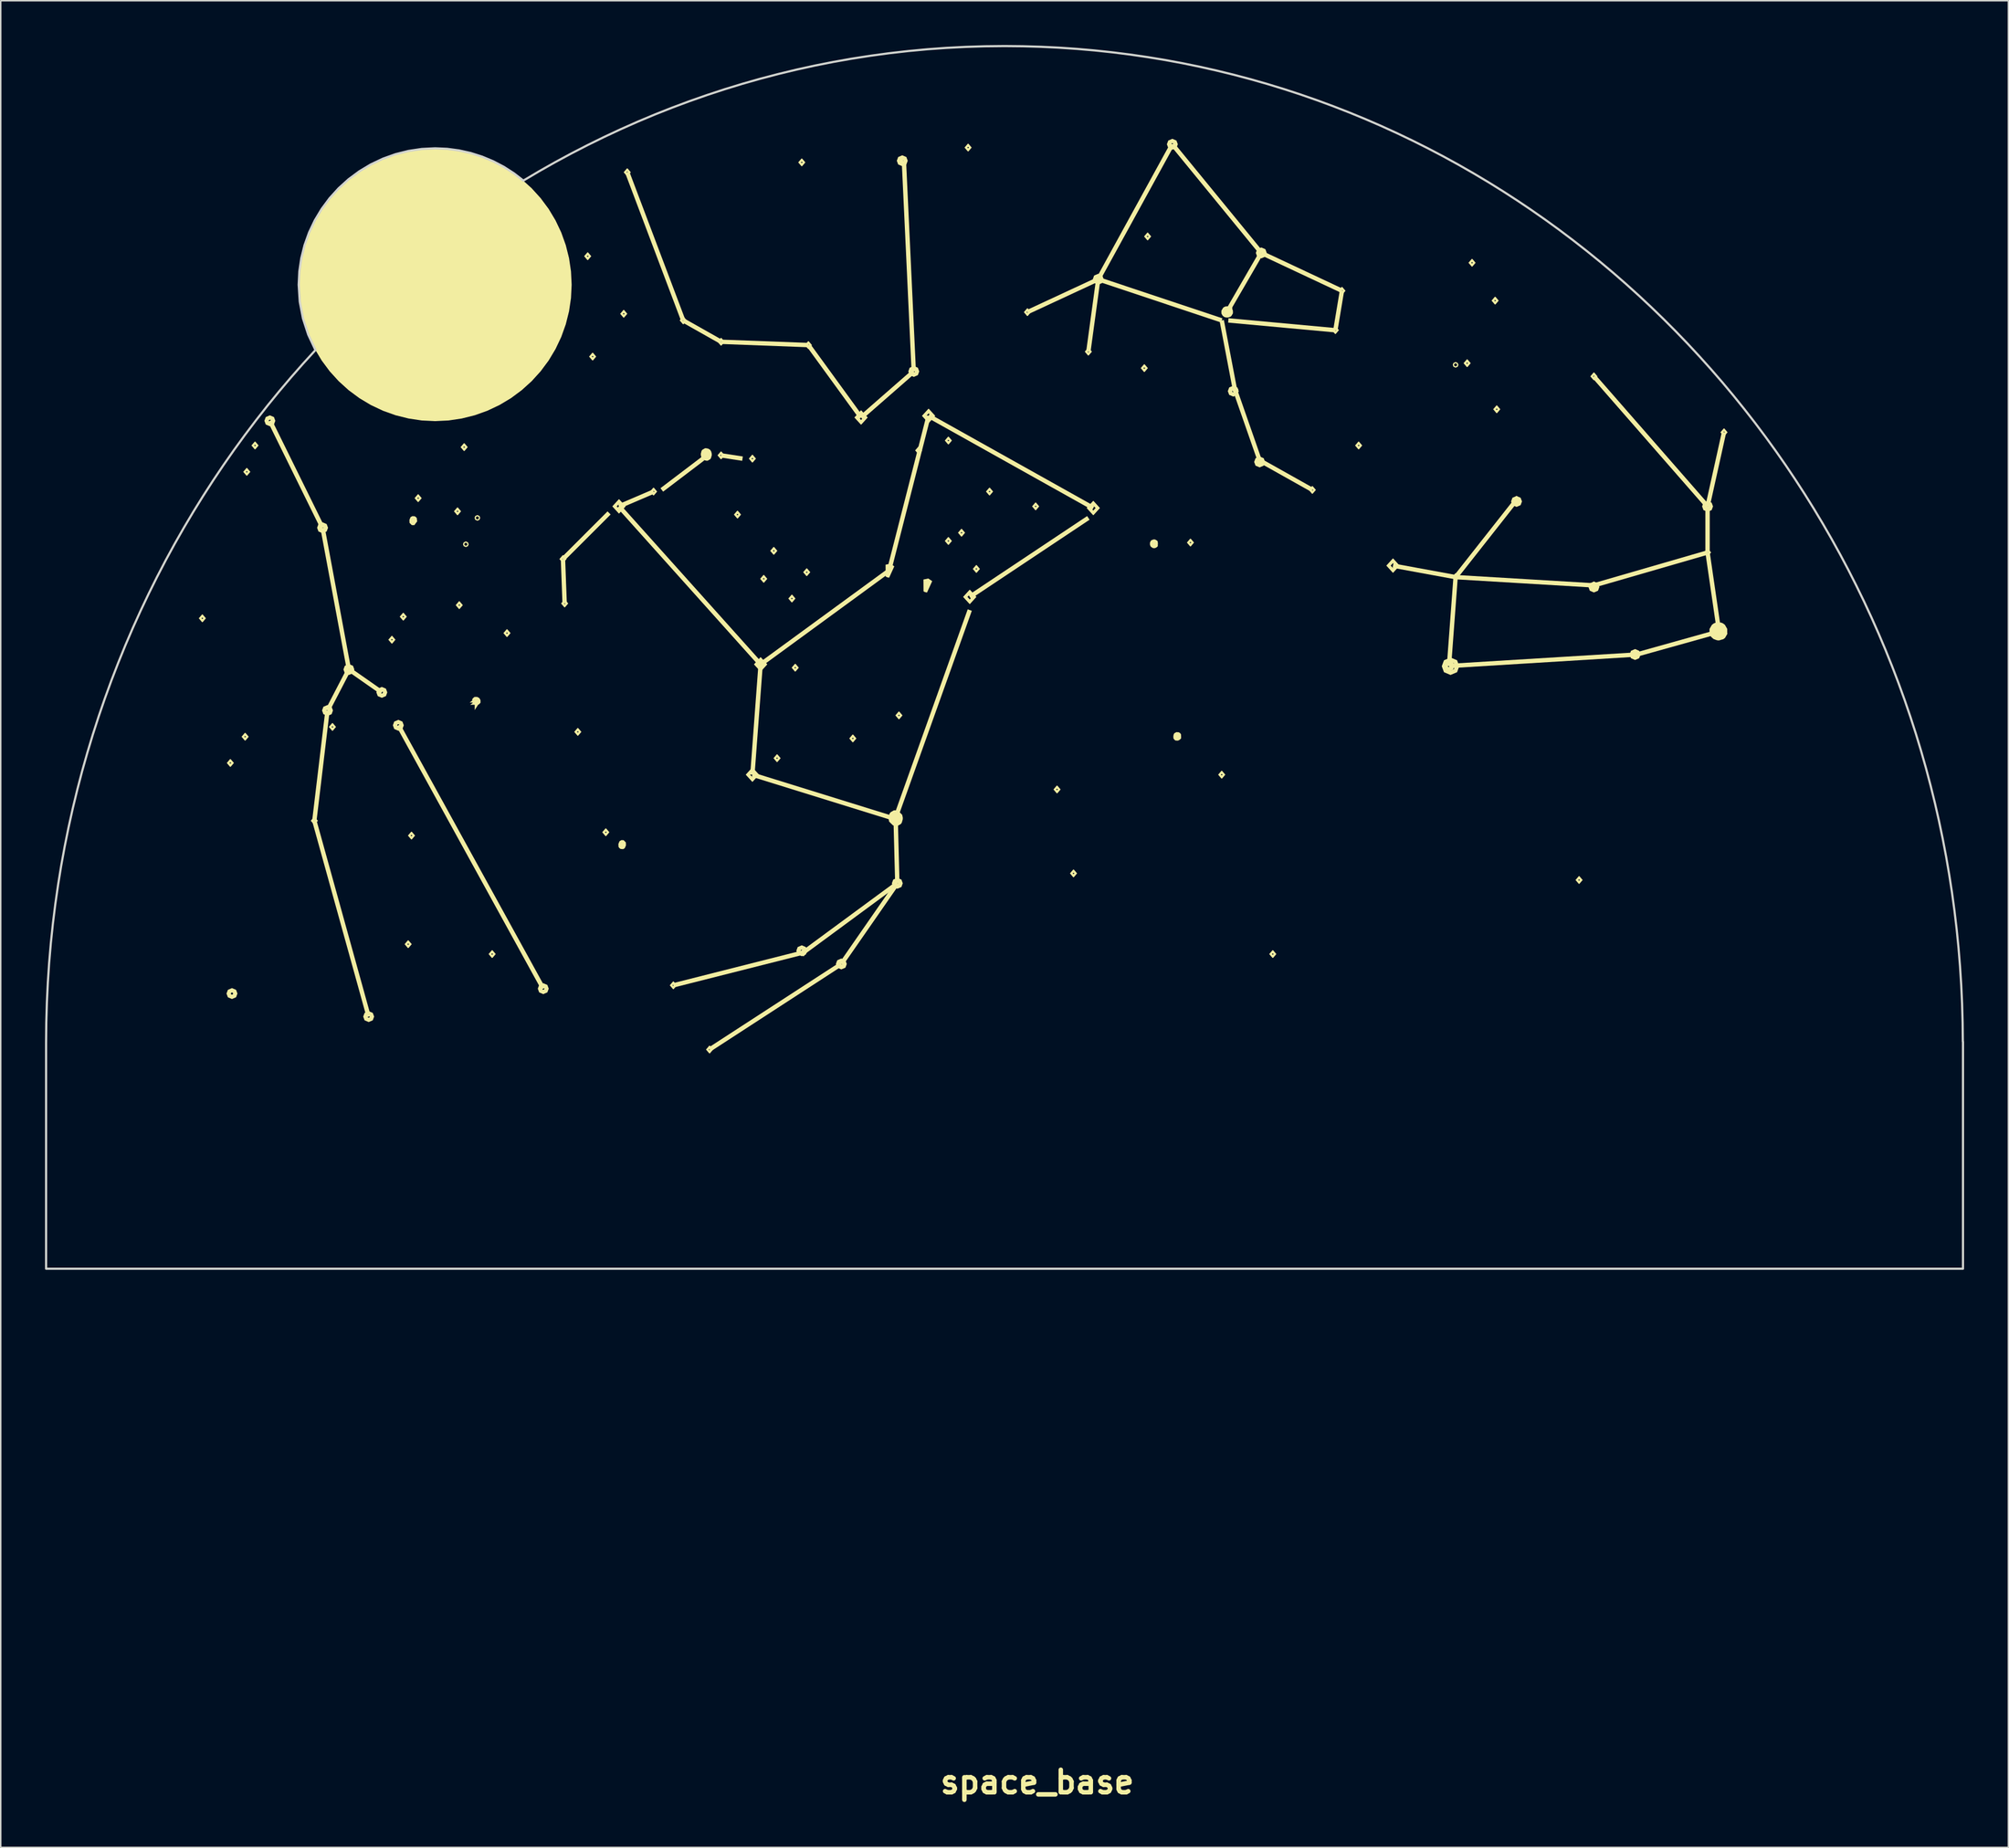
<source format=kicad_pcb>
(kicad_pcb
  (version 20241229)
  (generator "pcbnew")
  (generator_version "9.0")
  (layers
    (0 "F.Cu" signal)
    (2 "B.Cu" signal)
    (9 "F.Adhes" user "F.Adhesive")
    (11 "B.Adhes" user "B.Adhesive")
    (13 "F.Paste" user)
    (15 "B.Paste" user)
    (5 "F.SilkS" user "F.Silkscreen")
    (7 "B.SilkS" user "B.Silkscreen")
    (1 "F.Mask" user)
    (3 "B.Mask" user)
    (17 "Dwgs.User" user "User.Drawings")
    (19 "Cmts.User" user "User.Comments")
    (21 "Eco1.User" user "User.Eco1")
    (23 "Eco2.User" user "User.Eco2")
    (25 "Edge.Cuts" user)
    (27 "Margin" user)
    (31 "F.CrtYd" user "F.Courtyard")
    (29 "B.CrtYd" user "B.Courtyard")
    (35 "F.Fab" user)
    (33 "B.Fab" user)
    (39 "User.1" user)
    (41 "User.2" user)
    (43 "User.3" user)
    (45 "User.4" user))
  (footprint "space_base"
    (layer "F.Cu")
    (at 67.213 50.581)
    (property "Reference" "space_base" (at 0 67.16 0) (layer "F.SilkS") (effects (font (size 1.524 1.524) (thickness 0.305))))
    (attr exclude_from_pos_files exclude_from_bom)
    (fp_poly (pts (xy -56.555 -11.611) (xy -56.555 -11.834) (xy -56.555 -11.611)) (stroke (width 0) (type solid)) (fill yes) (layer "F.SilkS"))
    (fp_poly (pts (xy -54.659 -1.806) (xy -54.659 -2.028) (xy -54.659 -1.806)) (stroke (width 0) (type solid)) (fill yes) (layer "F.SilkS"))
    (fp_poly (pts (xy -54.549 13.936) (xy -54.549 13.491) (xy -54.549 13.936)) (stroke (width 0) (type solid)) (fill yes) (layer "F.SilkS"))
    (fp_poly (pts (xy -53.657 -3.584) (xy -53.657 -3.806) (xy -53.657 -3.584)) (stroke (width 0) (type solid)) (fill yes) (layer "F.SilkS"))
    (fp_poly (pts (xy -53.544 -21.539) (xy -53.544 -21.761) (xy -53.544 -21.539)) (stroke (width 0) (type solid)) (fill yes) (layer "F.SilkS"))
    (fp_poly (pts (xy -52.987 -23.325) (xy -52.987 -23.548) (xy -52.987 -23.325)) (stroke (width 0) (type solid)) (fill yes) (layer "F.SilkS"))
    (fp_poly (pts (xy -51.983 -24.887) (xy -51.983 -25.332) (xy -51.983 -24.887)) (stroke (width 0) (type solid)) (fill yes) (layer "F.SilkS"))
    (fp_poly (pts (xy -51.983 -25.109) (xy -48.412 -17.858) (xy -51.983 -25.109)) (stroke (width 0) (type solid)) (fill yes) (layer "F.SilkS"))
    (fp_poly (pts (xy -48.969 2.112) (xy -48.969 1.89) (xy -48.969 2.112)) (stroke (width 0) (type solid)) (fill yes) (layer "F.SilkS"))
    (fp_poly (pts (xy -48.412 -17.636) (xy -48.412 -18.08) (xy -48.412 -17.636)) (stroke (width 0) (type solid)) (fill yes) (layer "F.SilkS"))
    (fp_poly (pts (xy -48.412 -17.858) (xy -46.628 -8.263) (xy -48.412 -17.858)) (stroke (width 0) (type solid)) (fill yes) (layer "F.SilkS"))
    (fp_poly (pts (xy -48.077 -5.474) (xy -48.969 1.999) (xy -48.077 -5.474)) (stroke (width 0) (type solid)) (fill yes) (layer "F.SilkS"))
    (fp_poly (pts (xy -48.077 -5.474) (xy -46.628 -8.263) (xy -48.077 -5.474)) (stroke (width 0) (type solid)) (fill yes) (layer "F.SilkS"))
    (fp_poly (pts (xy -48.077 -5.252) (xy -48.077 -5.697) (xy -48.077 -5.252)) (stroke (width 0) (type solid)) (fill yes) (layer "F.SilkS"))
    (fp_poly (pts (xy -47.742 -4.248) (xy -47.742 -4.47) (xy -47.742 -4.248)) (stroke (width 0) (type solid)) (fill yes) (layer "F.SilkS"))
    (fp_poly (pts (xy -46.628 -8.263) (xy -44.397 -6.701) (xy -46.628 -8.263)) (stroke (width 0) (type solid)) (fill yes) (layer "F.SilkS"))
    (fp_poly (pts (xy -46.628 -8.029) (xy -46.628 -8.473) (xy -46.628 -8.029)) (stroke (width 0) (type solid)) (fill yes) (layer "F.SilkS"))
    (fp_poly (pts (xy -45.289 15.275) (xy -48.969 1.999) (xy -45.289 15.275)) (stroke (width 0) (type solid)) (fill yes) (layer "F.SilkS"))
    (fp_poly (pts (xy -45.289 15.497) (xy -45.289 15.053) (xy -45.289 15.497)) (stroke (width 0) (type solid)) (fill yes) (layer "F.SilkS"))
    (fp_poly (pts (xy -44.397 -6.479) (xy -44.397 -6.923) (xy -44.397 -6.479)) (stroke (width 0) (type solid)) (fill yes) (layer "F.SilkS"))
    (fp_poly (pts (xy -43.715 -10.159) (xy -43.715 -10.382) (xy -43.715 -10.159)) (stroke (width 0) (type solid)) (fill yes) (layer "F.SilkS"))
    (fp_poly (pts (xy -43.279 -4.248) (xy -43.279 -4.692) (xy -43.279 -4.248)) (stroke (width 0) (type solid)) (fill yes) (layer "F.SilkS"))
    (fp_poly (pts (xy -43.279 -4.47) (xy -33.462 13.378) (xy -43.279 -4.47)) (stroke (width 0) (type solid)) (fill yes) (layer "F.SilkS"))
    (fp_poly (pts (xy -42.945 -11.721) (xy -42.945 -11.943) (xy -42.945 -11.721)) (stroke (width 0) (type solid)) (fill yes) (layer "F.SilkS"))
    (fp_poly (pts (xy -42.613 10.477) (xy -42.613 10.255) (xy -42.613 10.477)) (stroke (width 0) (type solid)) (fill yes) (layer "F.SilkS"))
    (fp_poly (pts (xy -42.388 3.116) (xy -42.388 2.894) (xy -42.388 3.116)) (stroke (width 0) (type solid)) (fill yes) (layer "F.SilkS"))
    (fp_poly (pts (xy -41.937 -19.755) (xy -41.937 -19.977) (xy -41.937 -19.755)) (stroke (width 0) (type solid)) (fill yes) (layer "F.SilkS"))
    (fp_poly (pts (xy -39.27 -18.863) (xy -39.27 -19.085) (xy -39.27 -18.863)) (stroke (width 0) (type solid)) (fill yes) (layer "F.SilkS"))
    (fp_poly (pts (xy -39.152 -12.503) (xy -39.152 -12.726) (xy -39.152 -12.503)) (stroke (width 0) (type solid)) (fill yes) (layer "F.SilkS"))
    (fp_poly (pts (xy -38.82 -23.213) (xy -38.82 -23.435) (xy -38.82 -23.213)) (stroke (width 0) (type solid)) (fill yes) (layer "F.SilkS"))
    (fp_poly (pts (xy -38.707 -16.696) (xy -38.707 -16.785) (xy -38.707 -16.696)) (stroke (width 0) (type solid)) (fill yes) (layer "F.SilkS"))
    (fp_poly (pts (xy -37.925 -18.483) (xy -37.925 -18.572) (xy -37.925 -18.483)) (stroke (width 0) (type solid)) (fill yes) (layer "F.SilkS"))
    (fp_poly (pts (xy -36.923 11.147) (xy -36.923 10.925) (xy -36.923 11.147)) (stroke (width 0) (type solid)) (fill yes) (layer "F.SilkS"))
    (fp_poly (pts (xy -35.919 -10.607) (xy -35.919 -10.829) (xy -35.919 -10.607)) (stroke (width 0) (type solid)) (fill yes) (layer "F.SilkS"))
    (fp_poly (pts (xy -33.462 13.604) (xy -33.462 13.159) (xy -33.462 13.604)) (stroke (width 0) (type solid)) (fill yes) (layer "F.SilkS"))
    (fp_poly (pts (xy -32.125 -15.739) (xy -29.002 -18.863) (xy -32.125 -15.739)) (stroke (width 0) (type solid)) (fill yes) (layer "F.SilkS"))
    (fp_poly (pts (xy -32.125 -15.627) (xy -32.125 -15.849) (xy -32.125 -15.627)) (stroke (width 0) (type solid)) (fill yes) (layer "F.SilkS"))
    (fp_poly (pts (xy -32.013 -12.726) (xy -32.125 -15.739) (xy -32.013 -12.726)) (stroke (width 0) (type solid)) (fill yes) (layer "F.SilkS"))
    (fp_poly (pts (xy -32.013 -12.616) (xy -32.013 -12.838) (xy -32.013 -12.616)) (stroke (width 0) (type solid)) (fill yes) (layer "F.SilkS"))
    (fp_poly (pts (xy -31.121 -3.913) (xy -31.121 -4.135) (xy -31.121 -3.913)) (stroke (width 0) (type solid)) (fill yes) (layer "F.SilkS"))
    (fp_poly (pts (xy -30.451 -36.154) (xy -30.451 -36.376) (xy -30.451 -36.154)) (stroke (width 0) (type solid)) (fill yes) (layer "F.SilkS"))
    (fp_poly (pts (xy -30.116 -29.35) (xy -30.116 -29.572) (xy -30.116 -29.35)) (stroke (width 0) (type solid)) (fill yes) (layer "F.SilkS"))
    (fp_poly (pts (xy -29.224 2.891) (xy -29.224 2.669) (xy -29.224 2.891)) (stroke (width 0) (type solid)) (fill yes) (layer "F.SilkS"))
    (fp_poly (pts (xy -28.332 -19.307) (xy -25.988 -20.312) (xy -28.332 -19.307)) (stroke (width 0) (type solid)) (fill yes) (layer "F.SilkS"))
    (fp_poly (pts (xy -28.332 -19.307) (xy -18.737 -8.598) (xy -28.332 -19.307)) (stroke (width 0) (type solid)) (fill yes) (layer "F.SilkS"))
    (fp_poly (pts (xy -28.332 -18.975) (xy -28.332 -19.642) (xy -28.332 -18.975)) (stroke (width 0) (type solid)) (fill yes) (layer "F.SilkS"))
    (fp_poly (pts (xy -28.009 -32.251) (xy -28.009 -32.473) (xy -28.009 -32.251)) (stroke (width 0) (type solid)) (fill yes) (layer "F.SilkS"))
    (fp_poly (pts (xy -27.772 -41.956) (xy -23.979 -31.913) (xy -27.772 -41.956)) (stroke (width 0) (type solid)) (fill yes) (layer "F.SilkS"))
    (fp_poly (pts (xy -27.772 -41.843) (xy -27.772 -42.066) (xy -27.772 -41.843)) (stroke (width 0) (type solid)) (fill yes) (layer "F.SilkS"))
    (fp_poly (pts (xy -25.988 -20.202) (xy -25.988 -20.424) (xy -25.988 -20.202)) (stroke (width 0) (type solid)) (fill yes) (layer "F.SilkS"))
    (fp_poly (pts (xy -25.431 -20.424) (xy -22.643 -22.543) (xy -25.431 -20.424)) (stroke (width 0) (type solid)) (fill yes) (layer "F.SilkS"))
    (fp_poly (pts (xy -24.649 13.266) (xy -24.649 13.044) (xy -24.649 13.266)) (stroke (width 0) (type solid)) (fill yes) (layer "F.SilkS"))
    (fp_poly (pts (xy -24.649 13.156) (xy -15.836 10.925) (xy -24.649 13.156)) (stroke (width 0) (type solid)) (fill yes) (layer "F.SilkS"))
    (fp_poly (pts (xy -23.979 -31.913) (xy -21.416 -30.464) (xy -23.979 -31.913)) (stroke (width 0) (type solid)) (fill yes) (layer "F.SilkS"))
    (fp_poly (pts (xy -23.979 -31.804) (xy -23.979 -32.026) (xy -23.979 -31.804)) (stroke (width 0) (type solid)) (fill yes) (layer "F.SilkS"))
    (fp_poly (pts (xy -22.195 17.506) (xy -13.27 11.707) (xy -22.195 17.506)) (stroke (width 0) (type solid)) (fill yes) (layer "F.SilkS"))
    (fp_poly (pts (xy -22.195 17.619) (xy -22.195 17.397) (xy -22.195 17.619)) (stroke (width 0) (type solid)) (fill yes) (layer "F.SilkS"))
    (fp_poly (pts (xy -21.416 -30.464) (xy -15.501 -30.242) (xy -21.416 -30.464)) (stroke (width 0) (type solid)) (fill yes) (layer "F.SilkS"))
    (fp_poly (pts (xy -21.416 -22.765) (xy -19.964 -22.543) (xy -21.416 -22.765)) (stroke (width 0) (type solid)) (fill yes) (layer "F.SilkS"))
    (fp_poly (pts (xy -21.416 -30.354) (xy -21.416 -30.577) (xy -21.416 -30.354)) (stroke (width 0) (type solid)) (fill yes) (layer "F.SilkS"))
    (fp_poly (pts (xy -21.416 -22.656) (xy -21.416 -22.878) (xy -21.416 -22.656)) (stroke (width 0) (type solid)) (fill yes) (layer "F.SilkS"))
    (fp_poly (pts (xy -20.305 -18.64) (xy -20.305 -18.863) (xy -20.305 -18.64)) (stroke (width 0) (type solid)) (fill yes) (layer "F.SilkS"))
    (fp_poly (pts (xy -19.294 -22.433) (xy -19.294 -22.656) (xy -19.294 -22.433)) (stroke (width 0) (type solid)) (fill yes) (layer "F.SilkS"))
    (fp_poly (pts (xy -19.294 -1.124) (xy -9.589 1.89) (xy -19.294 -1.124)) (stroke (width 0) (type solid)) (fill yes) (layer "F.SilkS"))
    (fp_poly (pts (xy -19.294 -0.789) (xy -19.294 -1.456) (xy -19.294 -0.789)) (stroke (width 0) (type solid)) (fill yes) (layer "F.SilkS"))
    (fp_poly (pts (xy -18.737 -8.598) (xy -19.294 -1.124) (xy -18.737 -8.598)) (stroke (width 0) (type solid)) (fill yes) (layer "F.SilkS"))
    (fp_poly (pts (xy -18.737 -8.266) (xy -18.737 -8.933) (xy -18.737 -8.266)) (stroke (width 0) (type solid)) (fill yes) (layer "F.SilkS"))
    (fp_poly (pts (xy -18.527 -14.287) (xy -18.527 -14.51) (xy -18.527 -14.287)) (stroke (width 0) (type solid)) (fill yes) (layer "F.SilkS"))
    (fp_poly (pts (xy -17.845 -16.184) (xy -17.845 -16.406) (xy -17.845 -16.184)) (stroke (width 0) (type solid)) (fill yes) (layer "F.SilkS"))
    (fp_poly (pts (xy -17.623 -2.129) (xy -17.623 -2.351) (xy -17.623 -2.129)) (stroke (width 0) (type solid)) (fill yes) (layer "F.SilkS"))
    (fp_poly (pts (xy -16.618 -12.951) (xy -16.618 -13.173) (xy -16.618 -12.951)) (stroke (width 0) (type solid)) (fill yes) (layer "F.SilkS"))
    (fp_poly (pts (xy -16.393 -8.263) (xy -16.393 -8.485) (xy -16.393 -8.263)) (stroke (width 0) (type solid)) (fill yes) (layer "F.SilkS"))
    (fp_poly (pts (xy -15.949 -42.513) (xy -15.949 -42.735) (xy -15.949 -42.513)) (stroke (width 0) (type solid)) (fill yes) (layer "F.SilkS"))
    (fp_poly (pts (xy -15.949 11.034) (xy -15.949 10.59) (xy -15.949 11.034)) (stroke (width 0) (type solid)) (fill yes) (layer "F.SilkS"))
    (fp_poly (pts (xy -15.836 10.925) (xy -9.477 6.24) (xy -15.836 10.925)) (stroke (width 0) (type solid)) (fill yes) (layer "F.SilkS"))
    (fp_poly (pts (xy -15.836 11.034) (xy -15.836 10.812) (xy -15.836 11.034)) (stroke (width 0) (type solid)) (fill yes) (layer "F.SilkS"))
    (fp_poly (pts (xy -15.614 -14.735) (xy -15.614 -14.957) (xy -15.614 -14.735)) (stroke (width 0) (type solid)) (fill yes) (layer "F.SilkS"))
    (fp_poly (pts (xy -15.501 -30.242) (xy -11.933 -25.332) (xy -15.501 -30.242)) (stroke (width 0) (type solid)) (fill yes) (layer "F.SilkS"))
    (fp_poly (pts (xy -15.501 -30.129) (xy -15.501 -30.352) (xy -15.501 -30.129)) (stroke (width 0) (type solid)) (fill yes) (layer "F.SilkS"))
    (fp_poly (pts (xy -13.27 11.707) (xy -9.477 6.24) (xy -13.27 11.707)) (stroke (width 0) (type solid)) (fill yes) (layer "F.SilkS"))
    (fp_poly (pts (xy -13.27 11.826) (xy -13.27 11.603) (xy -13.27 11.826)) (stroke (width 0) (type solid)) (fill yes) (layer "F.SilkS"))
    (fp_poly (pts (xy -13.27 11.929) (xy -13.27 11.485) (xy -13.27 11.929)) (stroke (width 0) (type solid)) (fill yes) (layer "F.SilkS"))
    (fp_poly (pts (xy -12.49 -3.468) (xy -12.49 -3.69) (xy -12.49 -3.468)) (stroke (width 0) (type solid)) (fill yes) (layer "F.SilkS"))
    (fp_poly (pts (xy -11.933 -25.332) (xy -8.363 -28.455) (xy -11.933 -25.332)) (stroke (width 0) (type solid)) (fill yes) (layer "F.SilkS"))
    (fp_poly (pts (xy -11.933 -25) (xy -11.933 -25.666) (xy -11.933 -25)) (stroke (width 0) (type solid)) (fill yes) (layer "F.SilkS"))
    (fp_poly (pts (xy -9.589 1.777) (xy -4.569 -12.281) (xy -9.589 1.777)) (stroke (width 0) (type solid)) (fill yes) (layer "F.SilkS"))
    (fp_poly (pts (xy -9.589 1.89) (xy -9.477 6.24) (xy -9.589 1.89)) (stroke (width 0) (type solid)) (fill yes) (layer "F.SilkS"))
    (fp_poly (pts (xy -9.477 6.349) (xy -9.477 6.127) (xy -9.477 6.349)) (stroke (width 0) (type solid)) (fill yes) (layer "F.SilkS"))
    (fp_poly (pts (xy -9.477 6.462) (xy -9.477 6.017) (xy -9.477 6.462)) (stroke (width 0) (type solid)) (fill yes) (layer "F.SilkS"))
    (fp_poly (pts (xy -9.367 -5.03) (xy -9.367 -5.252) (xy -9.367 -5.03)) (stroke (width 0) (type solid)) (fill yes) (layer "F.SilkS"))
    (fp_poly (pts (xy -9.142 -42.513) (xy -9.142 -42.958) (xy -9.142 -42.513)) (stroke (width 0) (type solid)) (fill yes) (layer "F.SilkS"))
    (fp_poly (pts (xy -9.044 -42.626) (xy -9.044 -42.848) (xy -9.044 -42.626)) (stroke (width 0) (type solid)) (fill yes) (layer "F.SilkS"))
    (fp_poly (pts (xy -9.032 -42.735) (xy -8.363 -28.455) (xy -9.032 -42.735)) (stroke (width 0) (type solid)) (fill yes) (layer "F.SilkS"))
    (fp_poly (pts (xy -8.363 -28.233) (xy -8.363 -28.677) (xy -8.363 -28.233)) (stroke (width 0) (type solid)) (fill yes) (layer "F.SilkS"))
    (fp_poly (pts (xy -8.028 -22.991) (xy -8.028 -23.213) (xy -8.028 -22.991)) (stroke (width 0) (type solid)) (fill yes) (layer "F.SilkS"))
    (fp_poly (pts (xy -7.358 -25.444) (xy -10.037 -14.957) (xy -7.358 -25.444)) (stroke (width 0) (type solid)) (fill yes) (layer "F.SilkS"))
    (fp_poly (pts (xy -7.358 -25.444) (xy 3.799 -19.198) (xy -7.358 -25.444)) (stroke (width 0) (type solid)) (fill yes) (layer "F.SilkS"))
    (fp_poly (pts (xy -7.358 -25.109) (xy -7.358 -25.776) (xy -7.358 -25.109)) (stroke (width 0) (type solid)) (fill yes) (layer "F.SilkS"))
    (fp_poly (pts (xy -6.019 -23.66) (xy -6.019 -23.883) (xy -6.019 -23.66)) (stroke (width 0) (type solid)) (fill yes) (layer "F.SilkS"))
    (fp_poly (pts (xy -6.019 -16.854) (xy -6.019 -17.076) (xy -6.019 -16.854)) (stroke (width 0) (type solid)) (fill yes) (layer "F.SilkS"))
    (fp_poly (pts (xy -5.127 -17.411) (xy -5.127 -17.633) (xy -5.127 -17.411)) (stroke (width 0) (type solid)) (fill yes) (layer "F.SilkS"))
    (fp_poly (pts (xy -4.682 -43.518) (xy -4.682 -43.74) (xy -4.682 -43.518)) (stroke (width 0) (type solid)) (fill yes) (layer "F.SilkS"))
    (fp_poly (pts (xy -4.569 -13.173) (xy 3.464 -18.528) (xy -4.569 -13.173)) (stroke (width 0) (type solid)) (fill yes) (layer "F.SilkS"))
    (fp_poly (pts (xy -4.569 -12.838) (xy -4.569 -13.505) (xy -4.569 -12.838)) (stroke (width 0) (type solid)) (fill yes) (layer "F.SilkS"))
    (fp_poly (pts (xy -4.122 -14.957) (xy -4.122 -15.179) (xy -4.122 -14.957)) (stroke (width 0) (type solid)) (fill yes) (layer "F.SilkS"))
    (fp_poly (pts (xy -3.23 -20.202) (xy -3.23 -20.424) (xy -3.23 -20.202)) (stroke (width 0) (type solid)) (fill yes) (layer "F.SilkS"))
    (fp_poly (pts (xy -0.664 -32.473) (xy 4.134 -34.705) (xy -0.664 -32.473)) (stroke (width 0) (type solid)) (fill yes) (layer "F.SilkS"))
    (fp_poly (pts (xy -0.664 -32.361) (xy -0.664 -32.583) (xy -0.664 -32.361)) (stroke (width 0) (type solid)) (fill yes) (layer "F.SilkS"))
    (fp_poly (pts (xy -0.107 -19.198) (xy -0.107 -19.42) (xy -0.107 -19.198)) (stroke (width 0) (type solid)) (fill yes) (layer "F.SilkS"))
    (fp_poly (pts (xy 1.342 -0.01) (xy 1.342 -0.232) (xy 1.342 -0.01)) (stroke (width 0) (type solid)) (fill yes) (layer "F.SilkS"))
    (fp_poly (pts (xy 2.46 5.68) (xy 2.46 5.457) (xy 2.46 5.68)) (stroke (width 0) (type solid)) (fill yes) (layer "F.SilkS"))
    (fp_poly (pts (xy 3.464 -29.794) (xy 4.134 -34.705) (xy 3.464 -29.794)) (stroke (width 0) (type solid)) (fill yes) (layer "F.SilkS"))
    (fp_poly (pts (xy 3.464 -29.685) (xy 3.464 -29.907) (xy 3.464 -29.685)) (stroke (width 0) (type solid)) (fill yes) (layer "F.SilkS"))
    (fp_poly (pts (xy 3.799 -18.863) (xy 3.799 -19.529) (xy 3.799 -18.863)) (stroke (width 0) (type solid)) (fill yes) (layer "F.SilkS"))
    (fp_poly (pts (xy 4.134 -34.705) (xy 9.154 -43.852) (xy 4.134 -34.705)) (stroke (width 0) (type solid)) (fill yes) (layer "F.SilkS"))
    (fp_poly (pts (xy 4.134 -34.705) (xy 12.499 -31.913) (xy 4.134 -34.705)) (stroke (width 0) (type solid)) (fill yes) (layer "F.SilkS"))
    (fp_poly (pts (xy 4.134 -34.482) (xy 4.134 -34.927) (xy 4.134 -34.482)) (stroke (width 0) (type solid)) (fill yes) (layer "F.SilkS"))
    (fp_poly (pts (xy 7.254 -28.568) (xy 7.254 -28.79) (xy 7.254 -28.568)) (stroke (width 0) (type solid)) (fill yes) (layer "F.SilkS"))
    (fp_poly (pts (xy 7.479 -37.493) (xy 7.479 -37.715) (xy 7.479 -37.493)) (stroke (width 0) (type solid)) (fill yes) (layer "F.SilkS"))
    (fp_poly (pts (xy 9.154 -43.63) (xy 9.154 -44.075) (xy 9.154 -43.63)) (stroke (width 0) (type solid)) (fill yes) (layer "F.SilkS"))
    (fp_poly (pts (xy 9.154 -43.852) (xy 15.178 -36.489) (xy 9.154 -43.852)) (stroke (width 0) (type solid)) (fill yes) (layer "F.SilkS"))
    (fp_poly (pts (xy 10.381 -16.744) (xy 10.381 -16.966) (xy 10.381 -16.744)) (stroke (width 0) (type solid)) (fill yes) (layer "F.SilkS"))
    (fp_poly (pts (xy 12.499 -31.913) (xy 13.391 -27.228) (xy 12.499 -31.913)) (stroke (width 0) (type solid)) (fill yes) (layer "F.SilkS"))
    (fp_poly (pts (xy 12.499 -1.012) (xy 12.499 -1.234) (xy 12.499 -1.012)) (stroke (width 0) (type solid)) (fill yes) (layer "F.SilkS"))
    (fp_poly (pts (xy 12.855 -32.476) (xy 15.178 -36.489) (xy 12.855 -32.476)) (stroke (width 0) (type solid)) (fill yes) (layer "F.SilkS"))
    (fp_poly (pts (xy 12.947 -31.913) (xy 20.198 -31.246) (xy 12.947 -31.913)) (stroke (width 0) (type solid)) (fill yes) (layer "F.SilkS"))
    (fp_poly (pts (xy 13.282 -26.896) (xy 13.282 -27.341) (xy 13.282 -26.896)) (stroke (width 0) (type solid)) (fill yes) (layer "F.SilkS"))
    (fp_poly (pts (xy 13.391 -27.228) (xy 15.066 -22.431) (xy 13.391 -27.228)) (stroke (width 0) (type solid)) (fill yes) (layer "F.SilkS"))
    (fp_poly (pts (xy 13.391 -27.119) (xy 13.391 -27.341) (xy 13.391 -27.119)) (stroke (width 0) (type solid)) (fill yes) (layer "F.SilkS"))
    (fp_poly (pts (xy 15.066 -22.321) (xy 15.066 -22.543) (xy 15.066 -22.321)) (stroke (width 0) (type solid)) (fill yes) (layer "F.SilkS"))
    (fp_poly (pts (xy 15.066 -22.099) (xy 15.066 -22.543) (xy 15.066 -22.099)) (stroke (width 0) (type solid)) (fill yes) (layer "F.SilkS"))
    (fp_poly (pts (xy 15.178 -36.489) (xy 20.643 -33.922) (xy 15.178 -36.489)) (stroke (width 0) (type solid)) (fill yes) (layer "F.SilkS"))
    (fp_poly (pts (xy 15.178 -36.266) (xy 15.178 -36.711) (xy 15.178 -36.266)) (stroke (width 0) (type solid)) (fill yes) (layer "F.SilkS"))
    (fp_poly (pts (xy 15.958 11.147) (xy 15.958 10.925) (xy 15.958 11.147)) (stroke (width 0) (type solid)) (fill yes) (layer "F.SilkS"))
    (fp_poly (pts (xy 18.636 -20.312) (xy 18.636 -20.534) (xy 18.636 -20.312)) (stroke (width 0) (type solid)) (fill yes) (layer "F.SilkS"))
    (fp_poly (pts (xy 18.636 -20.424) (xy 15.066 -22.431) (xy 18.636 -20.424)) (stroke (width 0) (type solid)) (fill yes) (layer "F.SilkS"))
    (fp_poly (pts (xy 20.198 -31.246) (xy 20.643 -33.922) (xy 20.198 -31.246)) (stroke (width 0) (type solid)) (fill yes) (layer "F.SilkS"))
    (fp_poly (pts (xy 20.198 -31.143) (xy 20.198 -31.365) (xy 20.198 -31.143)) (stroke (width 0) (type solid)) (fill yes) (layer "F.SilkS"))
    (fp_poly (pts (xy 20.643 -33.81) (xy 20.643 -34.032) (xy 20.643 -33.81)) (stroke (width 0) (type solid)) (fill yes) (layer "F.SilkS"))
    (fp_poly (pts (xy 21.775 -23.325) (xy 21.775 -23.548) (xy 21.775 -23.325)) (stroke (width 0) (type solid)) (fill yes) (layer "F.SilkS"))
    (fp_poly (pts (xy 24.101 -15.292) (xy 28.341 -14.512) (xy 24.101 -15.292)) (stroke (width 0) (type solid)) (fill yes) (layer "F.SilkS"))
    (fp_poly (pts (xy 24.101 -14.96) (xy 24.101 -15.627) (xy 24.101 -14.96)) (stroke (width 0) (type solid)) (fill yes) (layer "F.SilkS"))
    (fp_poly (pts (xy 27.894 -8.488) (xy 40.612 -9.267) (xy 27.894 -8.488)) (stroke (width 0) (type solid)) (fill yes) (layer "F.SilkS"))
    (fp_poly (pts (xy 27.894 -8.266) (xy 27.894 -8.71) (xy 27.894 -8.266)) (stroke (width 0) (type solid)) (fill yes) (layer "F.SilkS"))
    (fp_poly (pts (xy 27.998 -8.029) (xy 27.998 -8.918) (xy 27.998 -8.029)) (stroke (width 0) (type solid)) (fill yes) (layer "F.SilkS"))
    (fp_poly (pts (xy 28.341 -28.858) (xy 28.341 -28.947) (xy 28.341 -28.858)) (stroke (width 0) (type solid)) (fill yes) (layer "F.SilkS"))
    (fp_poly (pts (xy 28.341 -14.4) (xy 28.341 -14.622) (xy 28.341 -14.4)) (stroke (width 0) (type solid)) (fill yes) (layer "F.SilkS"))
    (fp_poly (pts (xy 28.341 -14.512) (xy 27.894 -8.488) (xy 28.341 -14.512)) (stroke (width 0) (type solid)) (fill yes) (layer "F.SilkS"))
    (fp_poly (pts (xy 28.341 -14.512) (xy 32.469 -19.755) (xy 28.341 -14.512)) (stroke (width 0) (type solid)) (fill yes) (layer "F.SilkS"))
    (fp_poly (pts (xy 28.341 -14.512) (xy 37.711 -13.952) (xy 28.341 -14.512)) (stroke (width 0) (type solid)) (fill yes) (layer "F.SilkS"))
    (fp_poly (pts (xy 29.124 -28.902) (xy 29.124 -29.125) (xy 29.124 -28.902)) (stroke (width 0) (type solid)) (fill yes) (layer "F.SilkS"))
    (fp_poly (pts (xy 29.456 -35.709) (xy 29.456 -35.931) (xy 29.456 -35.709)) (stroke (width 0) (type solid)) (fill yes) (layer "F.SilkS"))
    (fp_poly (pts (xy 31.02 -33.143) (xy 31.02 -33.365) (xy 31.02 -33.143)) (stroke (width 0) (type solid)) (fill yes) (layer "F.SilkS"))
    (fp_poly (pts (xy 31.13 -25.779) (xy 31.13 -26.001) (xy 31.13 -25.779)) (stroke (width 0) (type solid)) (fill yes) (layer "F.SilkS"))
    (fp_poly (pts (xy 32.469 -19.642) (xy 32.469 -19.864) (xy 32.469 -19.642)) (stroke (width 0) (type solid)) (fill yes) (layer "F.SilkS"))
    (fp_poly (pts (xy 32.469 -19.42) (xy 32.469 -19.864) (xy 32.469 -19.42)) (stroke (width 0) (type solid)) (fill yes) (layer "F.SilkS"))
    (fp_poly (pts (xy 36.707 6.127) (xy 36.707 5.905) (xy 36.707 6.127)) (stroke (width 0) (type solid)) (fill yes) (layer "F.SilkS"))
    (fp_poly (pts (xy 37.711 -28.01) (xy 37.711 -28.233) (xy 37.711 -28.01)) (stroke (width 0) (type solid)) (fill yes) (layer "F.SilkS"))
    (fp_poly (pts (xy 37.711 -13.843) (xy 37.711 -14.065) (xy 37.711 -13.843)) (stroke (width 0) (type solid)) (fill yes) (layer "F.SilkS"))
    (fp_poly (pts (xy 37.711 -13.621) (xy 37.711 -14.065) (xy 37.711 -13.621)) (stroke (width 0) (type solid)) (fill yes) (layer "F.SilkS"))
    (fp_poly (pts (xy 37.711 -28.12) (xy 45.41 -19.307) (xy 37.711 -28.12)) (stroke (width 0) (type solid)) (fill yes) (layer "F.SilkS"))
    (fp_poly (pts (xy 37.711 -13.952) (xy 45.41 -16.184) (xy 37.711 -13.952)) (stroke (width 0) (type solid)) (fill yes) (layer "F.SilkS"))
    (fp_poly (pts (xy 40.5 -9.045) (xy 40.5 -9.49) (xy 40.5 -9.045)) (stroke (width 0) (type solid)) (fill yes) (layer "F.SilkS"))
    (fp_poly (pts (xy 40.612 -9.267) (xy 46.189 -10.829) (xy 40.612 -9.267)) (stroke (width 0) (type solid)) (fill yes) (layer "F.SilkS"))
    (fp_poly (pts (xy 40.613 -9.158) (xy 40.613 -9.38) (xy 40.613 -9.158)) (stroke (width 0) (type solid)) (fill yes) (layer "F.SilkS"))
    (fp_poly (pts (xy 45.41 -19.307) (xy 45.41 -16.184) (xy 45.41 -19.307)) (stroke (width 0) (type solid)) (fill yes) (layer "F.SilkS"))
    (fp_poly (pts (xy 45.41 -19.307) (xy 46.524 -24.327) (xy 45.41 -19.307)) (stroke (width 0) (type solid)) (fill yes) (layer "F.SilkS"))
    (fp_poly (pts (xy 45.41 -16.184) (xy 46.189 -10.829) (xy 45.41 -16.184)) (stroke (width 0) (type solid)) (fill yes) (layer "F.SilkS"))
    (fp_poly (pts (xy 45.41 -19.085) (xy 45.41 -19.529) (xy 45.41 -19.085)) (stroke (width 0) (type solid)) (fill yes) (layer "F.SilkS"))
    (fp_poly (pts (xy 45.41 -16.074) (xy 45.41 -16.296) (xy 45.41 -16.074)) (stroke (width 0) (type solid)) (fill yes) (layer "F.SilkS"))
    (fp_poly (pts (xy 46.189 -10.607) (xy 46.189 -11.051) (xy 46.189 -10.607)) (stroke (width 0) (type solid)) (fill yes) (layer "F.SilkS"))
    (fp_poly (pts (xy 46.524 -24.217) (xy 46.524 -24.44) (xy 46.524 -24.217)) (stroke (width 0) (type solid)) (fill yes) (layer "F.SilkS"))
    (fp_poly (pts (xy -51.85 -25.175) (xy -52.115 -25.044) (xy -48.545 -17.793) (xy -48.279 -17.923) (xy -51.85 -25.175)) (stroke (width 0) (type solid)) (fill yes) (layer "F.SilkS"))
    (fp_poly (pts (xy -48.826 1.96) (xy -49.112 2.039) (xy -45.431 15.314) (xy -45.146 15.235) (xy -48.826 1.96)) (stroke (width 0) (type solid)) (fill yes) (layer "F.SilkS"))
    (fp_poly (pts (xy -48.266 -17.885) (xy -48.558 -17.831) (xy -46.774 -8.236) (xy -46.482 -8.29) (xy -48.266 -17.885)) (stroke (width 0) (type solid)) (fill yes) (layer "F.SilkS"))
    (fp_poly (pts (xy -48.224 -5.492) (xy -49.116 1.982) (xy -48.822 2.017) (xy -47.93 -5.457) (xy -48.224 -5.492)) (stroke (width 0) (type solid)) (fill yes) (layer "F.SilkS"))
    (fp_poly (pts (xy -46.76 -8.331) (xy -48.209 -5.543) (xy -47.945 -5.406) (xy -46.497 -8.194) (xy -46.76 -8.331)) (stroke (width 0) (type solid)) (fill yes) (layer "F.SilkS"))
    (fp_poly (pts (xy -46.543 -8.384) (xy -46.713 -8.142) (xy -44.481 -6.58) (xy -44.312 -6.823) (xy -46.543 -8.384)) (stroke (width 0) (type solid)) (fill yes) (layer "F.SilkS"))
    (fp_poly (pts (xy -43.15 -4.541) (xy -43.41 -4.399) (xy -33.592 13.45) (xy -33.332 13.307) (xy -43.15 -4.541)) (stroke (width 0) (type solid)) (fill yes) (layer "F.SilkS"))
    (fp_poly (pts (xy -31.978 -15.745) (xy -32.273 -15.734) (xy -32.161 -12.72) (xy -31.865 -12.731) (xy -31.978 -15.745)) (stroke (width 0) (type solid)) (fill yes) (layer "F.SilkS"))
    (fp_poly (pts (xy -29.107 -18.968) (xy -32.23 -15.844) (xy -32.021 -15.634) (xy -28.897 -18.758) (xy -29.107 -18.968)) (stroke (width 0) (type solid)) (fill yes) (layer "F.SilkS"))
    (fp_poly (pts (xy -28.222 -19.406) (xy -28.443 -19.208) (xy -18.847 -8.499) (xy -18.627 -8.697) (xy -28.222 -19.406)) (stroke (width 0) (type solid)) (fill yes) (layer "F.SilkS"))
    (fp_poly (pts (xy -27.634 -42.008) (xy -27.911 -41.903) (xy -24.118 -31.861) (xy -23.841 -31.966) (xy -27.634 -42.008)) (stroke (width 0) (type solid)) (fill yes) (layer "F.SilkS"))
    (fp_poly (pts (xy -26.047 -20.448) (xy -28.391 -19.443) (xy -28.274 -19.171) (xy -25.93 -20.175) (xy -26.047 -20.448)) (stroke (width 0) (type solid)) (fill yes) (layer "F.SilkS"))
    (fp_poly (pts (xy -23.907 -32.042) (xy -24.052 -31.784) (xy -21.489 -30.335) (xy -21.343 -30.593) (xy -23.907 -32.042)) (stroke (width 0) (type solid)) (fill yes) (layer "F.SilkS"))
    (fp_poly (pts (xy -22.732 -22.661) (xy -25.521 -20.542) (xy -25.342 -20.306) (xy -22.553 -22.425) (xy -22.732 -22.661)) (stroke (width 0) (type solid)) (fill yes) (layer "F.SilkS"))
    (fp_poly (pts (xy -21.41 -30.612) (xy -21.421 -30.316) (xy -15.507 -30.094) (xy -15.496 -30.39) (xy -21.41 -30.612)) (stroke (width 0) (type solid)) (fill yes) (layer "F.SilkS"))
    (fp_poly (pts (xy -21.393 -22.912) (xy -21.439 -22.619) (xy -19.986 -22.397) (xy -19.941 -22.69) (xy -21.393 -22.912)) (stroke (width 0) (type solid)) (fill yes) (layer "F.SilkS"))
    (fp_poly (pts (xy -19.25 -1.266) (xy -19.338 -0.983) (xy -9.633 2.031) (xy -9.545 1.748) (xy -19.25 -1.266)) (stroke (width 0) (type solid)) (fill yes) (layer "F.SilkS"))
    (fp_poly (pts (xy -18.885 -8.609) (xy -19.442 -1.135) (xy -19.147 -1.113) (xy -18.589 -8.587) (xy -18.885 -8.609)) (stroke (width 0) (type solid)) (fill yes) (layer "F.SilkS"))
    (fp_poly (pts (xy -15.873 10.781) (xy -24.686 13.013) (xy -24.613 13.3) (xy -15.8 11.069) (xy -15.873 10.781)) (stroke (width 0) (type solid)) (fill yes) (layer "F.SilkS"))
    (fp_poly (pts (xy -15.381 -30.329) (xy -15.621 -30.155) (xy -12.053 -25.244) (xy -11.814 -25.419) (xy -15.381 -30.329)) (stroke (width 0) (type solid)) (fill yes) (layer "F.SilkS"))
    (fp_poly (pts (xy -13.35 11.583) (xy -22.276 17.382) (xy -22.115 17.631) (xy -13.189 11.831) (xy -13.35 11.583)) (stroke (width 0) (type solid)) (fill yes) (layer "F.SilkS"))
    (fp_poly (pts (xy -9.599 6.155) (xy -13.391 11.622) (xy -13.148 11.791) (xy -9.355 6.324) (xy -9.599 6.155)) (stroke (width 0) (type solid)) (fill yes) (layer "F.SilkS"))
    (fp_poly (pts (xy -9.564 6.121) (xy -15.924 10.805) (xy -15.748 11.044) (xy -9.389 6.359) (xy -9.564 6.121)) (stroke (width 0) (type solid)) (fill yes) (layer "F.SilkS"))
    (fp_poly (pts (xy -9.441 1.886) (xy -9.738 1.893) (xy -9.625 6.243) (xy -9.328 6.236) (xy -9.441 1.886)) (stroke (width 0) (type solid)) (fill yes) (layer "F.SilkS"))
    (fp_poly (pts (xy -8.884 -42.742) (xy -9.18 -42.728) (xy -8.511 -28.448) (xy -8.215 -28.462) (xy -8.884 -42.742)) (stroke (width 0) (type solid)) (fill yes) (layer "F.SilkS"))
    (fp_poly (pts (xy -8.46 -28.567) (xy -12.031 -25.443) (xy -11.836 -25.22) (xy -8.265 -28.343) (xy -8.46 -28.567)) (stroke (width 0) (type solid)) (fill yes) (layer "F.SilkS"))
    (fp_poly (pts (xy -7.502 -25.481) (xy -10.18 -14.994) (xy -9.893 -14.92) (xy -7.215 -25.408) (xy -7.502 -25.481)) (stroke (width 0) (type solid)) (fill yes) (layer "F.SilkS"))
    (fp_poly (pts (xy -7.286 -25.574) (xy -7.431 -25.315) (xy 3.727 -19.068) (xy 3.871 -19.327) (xy -7.286 -25.574)) (stroke (width 0) (type solid)) (fill yes) (layer "F.SilkS"))
    (fp_poly (pts (xy -4.709 -12.331) (xy -9.729 1.727) (xy -9.45 1.827) (xy -4.43 -12.231) (xy -4.709 -12.331)) (stroke (width 0) (type solid)) (fill yes) (layer "F.SilkS"))
    (fp_poly (pts (xy 3.382 -18.651) (xy -4.652 -13.296) (xy -4.487 -13.05) (xy 3.547 -18.404) (xy 3.382 -18.651)) (stroke (width 0) (type solid)) (fill yes) (layer "F.SilkS"))
    (fp_poly (pts (xy 3.987 -34.725) (xy 3.317 -29.814) (xy 3.611 -29.774) (xy 4.28 -34.685) (xy 3.987 -34.725)) (stroke (width 0) (type solid)) (fill yes) (layer "F.SilkS"))
    (fp_poly (pts (xy 4.071 -34.839) (xy -0.726 -32.608) (xy -0.602 -32.339) (xy 4.197 -34.57) (xy 4.071 -34.839)) (stroke (width 0) (type solid)) (fill yes) (layer "F.SilkS"))
    (fp_poly (pts (xy 4.181 -34.845) (xy 4.087 -34.564) (xy 12.452 -31.772) (xy 12.547 -32.054) (xy 4.181 -34.845)) (stroke (width 0) (type solid)) (fill yes) (layer "F.SilkS"))
    (fp_poly (pts (xy 9.024 -43.924) (xy 4.004 -34.776) (xy 4.264 -34.633) (xy 9.283 -43.781) (xy 9.024 -43.924)) (stroke (width 0) (type solid)) (fill yes) (layer "F.SilkS"))
    (fp_poly (pts (xy 9.268 -43.946) (xy 9.039 -43.759) (xy 15.064 -36.395) (xy 15.293 -36.583) (xy 9.268 -43.946)) (stroke (width 0) (type solid)) (fill yes) (layer "F.SilkS"))
    (fp_poly (pts (xy 12.645 -31.941) (xy 12.354 -31.885) (xy 13.246 -27.201) (xy 13.537 -27.256) (xy 12.645 -31.941)) (stroke (width 0) (type solid)) (fill yes) (layer "F.SilkS"))
    (fp_poly (pts (xy 12.96 -32.061) (xy 12.933 -31.765) (xy 20.185 -31.099) (xy 20.212 -31.394) (xy 12.96 -32.061)) (stroke (width 0) (type solid)) (fill yes) (layer "F.SilkS"))
    (fp_poly (pts (xy 13.531 -27.277) (xy 13.251 -27.179) (xy 14.926 -22.382) (xy 15.205 -22.48) (xy 13.531 -27.277)) (stroke (width 0) (type solid)) (fill yes) (layer "F.SilkS"))
    (fp_poly (pts (xy 15.05 -36.563) (xy 12.727 -32.55) (xy 12.983 -32.402) (xy 15.307 -36.414) (xy 15.05 -36.563)) (stroke (width 0) (type solid)) (fill yes) (layer "F.SilkS"))
    (fp_poly (pts (xy 15.138 -22.559) (xy 14.993 -22.301) (xy 18.564 -20.295) (xy 18.709 -20.553) (xy 15.138 -22.559)) (stroke (width 0) (type solid)) (fill yes) (layer "F.SilkS"))
    (fp_poly (pts (xy 15.241 -36.623) (xy 15.115 -36.355) (xy 20.579 -33.788) (xy 20.706 -34.056) (xy 15.241 -36.623)) (stroke (width 0) (type solid)) (fill yes) (layer "F.SilkS"))
    (fp_poly (pts (xy 20.497 -33.947) (xy 20.052 -31.271) (xy 20.344 -31.222) (xy 20.789 -33.898) (xy 20.497 -33.947)) (stroke (width 0) (type solid)) (fill yes) (layer "F.SilkS"))
    (fp_poly (pts (xy 24.128 -15.438) (xy 24.074 -15.146) (xy 28.315 -14.367) (xy 28.368 -14.658) (xy 24.128 -15.438)) (stroke (width 0) (type solid)) (fill yes) (layer "F.SilkS"))
    (fp_poly (pts (xy 28.194 -14.524) (xy 27.746 -8.499) (xy 28.042 -8.477) (xy 28.489 -14.502) (xy 28.194 -14.524)) (stroke (width 0) (type solid)) (fill yes) (layer "F.SilkS"))
    (fp_poly (pts (xy 28.35 -14.66) (xy 28.333 -14.365) (xy 37.702 -13.804) (xy 37.72 -14.1) (xy 28.35 -14.66)) (stroke (width 0) (type solid)) (fill yes) (layer "F.SilkS"))
    (fp_poly (pts (xy 32.353 -19.846) (xy 28.225 -14.604) (xy 28.458 -14.421) (xy 32.585 -19.663) (xy 32.353 -19.846)) (stroke (width 0) (type solid)) (fill yes) (layer "F.SilkS"))
    (fp_poly (pts (xy 37.823 -28.218) (xy 37.6 -28.023) (xy 45.298 -19.21) (xy 45.522 -19.405) (xy 37.823 -28.218)) (stroke (width 0) (type solid)) (fill yes) (layer "F.SilkS"))
    (fp_poly (pts (xy 40.603 -9.415) (xy 27.885 -8.636) (xy 27.903 -8.34) (xy 40.622 -9.12) (xy 40.603 -9.415)) (stroke (width 0) (type solid)) (fill yes) (layer "F.SilkS"))
    (fp_poly (pts (xy 45.262 -19.307) (xy 45.262 -16.184) (xy 45.558 -16.184) (xy 45.558 -19.307) (xy 45.262 -19.307)) (stroke (width 0) (type solid)) (fill yes) (layer "F.SilkS"))
    (fp_poly (pts (xy 45.369 -16.326) (xy 37.67 -14.095) (xy 37.753 -13.81) (xy 45.452 -16.041) (xy 45.369 -16.326)) (stroke (width 0) (type solid)) (fill yes) (layer "F.SilkS"))
    (fp_poly (pts (xy 45.557 -16.205) (xy 45.264 -16.162) (xy 46.043 -10.808) (xy 46.336 -10.85) (xy 45.557 -16.205)) (stroke (width 0) (type solid)) (fill yes) (layer "F.SilkS"))
    (fp_poly (pts (xy 46.15 -10.972) (xy 40.573 -9.41) (xy 40.652 -9.125) (xy 46.23 -10.686) (xy 46.15 -10.972)) (stroke (width 0) (type solid)) (fill yes) (layer "F.SilkS"))
    (fp_poly (pts (xy 46.379 -24.359) (xy 45.265 -19.339) (xy 45.555 -19.275) (xy 46.669 -24.295) (xy 46.379 -24.359)) (stroke (width 0) (type solid)) (fill yes) (layer "F.SilkS"))
    (fp_poly (pts (xy -10.037 -14.625) (xy -9.798 -15.157) (xy -10.191 -15.237) (xy -10.191 -14.68) (xy -10.117 -14.643) (xy -10.037 -14.625)) (stroke (width 0) (type solid)) (fill yes) (layer "F.SilkS"))
    (fp_poly (pts (xy -7.471 -13.621) (xy -7.232 -14.152) (xy -7.624 -14.233) (xy -7.624 -13.675) (xy -7.551 -13.638) (xy -7.471 -13.621)) (stroke (width 0) (type solid)) (fill yes) (layer "F.SilkS"))
    (fp_poly (pts (xy -10.124 -15.077) (xy -18.824 -8.718) (xy -18.737 -8.598) (xy -18.649 -8.478) (xy -9.949 -14.838) (xy -10.037 -14.957) (xy -10.124 -15.077)) (stroke (width 0) (type solid)) (fill yes) (layer "F.SilkS"))
    (fp_poly (pts (xy -28.332 -19.791) (xy -28.346 -19.789) (xy -28.784 -19.308) (xy -28.346 -18.828) (xy -28.332 -18.826) (xy -28.332 -19.138) (xy -28.487 -19.308) (xy -28.332 -19.479) (xy -28.177 -19.308) (xy -28.332 -19.138) (xy -28.332 -18.826) (xy -28.318 -18.828) (xy -27.881 -19.308) (xy -28.318 -19.789) (xy -28.332 -19.791)) (stroke (width 0) (type solid)) (fill yes) (layer "F.SilkS"))
    (fp_poly (pts (xy -19.294 -1.605) (xy -19.308 -1.604) (xy -19.746 -1.123) (xy -19.308 -0.642) (xy -19.294 -0.641) (xy -19.294 -0.952) (xy -19.449 -1.123) (xy -19.294 -1.293) (xy -19.139 -1.123) (xy -19.294 -0.952) (xy -19.294 -0.641) (xy -19.28 -0.642) (xy -18.843 -1.123) (xy -19.28 -1.604) (xy -19.294 -1.605)) (stroke (width 0) (type solid)) (fill yes) (layer "F.SilkS"))
    (fp_poly (pts (xy -18.737 -9.082) (xy -18.751 -9.08) (xy -19.189 -8.599) (xy -18.751 -8.118) (xy -18.737 -8.117) (xy -18.737 -8.429) (xy -18.893 -8.599) (xy -18.737 -8.77) (xy -18.582 -8.599) (xy -18.737 -8.429) (xy -18.737 -8.117) (xy -18.723 -8.118) (xy -18.285 -8.599) (xy -18.723 -9.08) (xy -18.737 -9.082)) (stroke (width 0) (type solid)) (fill yes) (layer "F.SilkS"))
    (fp_poly (pts (xy -11.933 -25.815) (xy -11.947 -25.814) (xy -12.385 -25.333) (xy -11.947 -24.852) (xy -11.933 -24.851) (xy -11.933 -25.162) (xy -12.088 -25.333) (xy -11.933 -25.504) (xy -11.778 -25.333) (xy -11.933 -25.162) (xy -11.933 -24.851) (xy -11.919 -24.852) (xy -11.482 -25.333) (xy -11.919 -25.814) (xy -11.933 -25.815)) (stroke (width 0) (type solid)) (fill yes) (layer "F.SilkS"))
    (fp_poly (pts (xy -7.358 -25.925) (xy -7.372 -25.924) (xy -7.81 -25.443) (xy -7.372 -24.962) (xy -7.358 -24.961) (xy -7.358 -25.272) (xy -7.513 -25.443) (xy -7.358 -25.614) (xy -7.203 -25.443) (xy -7.358 -25.272) (xy -7.358 -24.961) (xy -7.344 -24.962) (xy -6.907 -25.443) (xy -7.344 -25.924) (xy -7.358 -25.925)) (stroke (width 0) (type solid)) (fill yes) (layer "F.SilkS"))
    (fp_poly (pts (xy -4.57 -13.654) (xy -4.583 -13.653) (xy -5.021 -13.172) (xy -4.583 -12.691) (xy -4.57 -12.69) (xy -4.57 -13.001) (xy -4.725 -13.172) (xy -4.57 -13.342) (xy -4.414 -13.172) (xy -4.57 -13.001) (xy -4.57 -12.69) (xy -4.556 -12.691) (xy -4.118 -13.172) (xy -4.556 -13.653) (xy -4.57 -13.654)) (stroke (width 0) (type solid)) (fill yes) (layer "F.SilkS"))
    (fp_poly (pts (xy 3.799 -19.678) (xy 3.785 -19.677) (xy 3.348 -19.196) (xy 3.785 -18.715) (xy 3.799 -18.714) (xy 3.799 -19.025) (xy 3.644 -19.196) (xy 3.799 -19.367) (xy 3.954 -19.196) (xy 3.799 -19.025) (xy 3.799 -18.714) (xy 3.813 -18.715) (xy 4.25 -19.196) (xy 3.813 -19.677) (xy 3.799 -19.678)) (stroke (width 0) (type solid)) (fill yes) (layer "F.SilkS"))
    (fp_poly (pts (xy 24.101 -15.776) (xy 24.087 -15.774) (xy 23.649 -15.293) (xy 24.087 -14.813) (xy 24.101 -14.811) (xy 24.101 -15.123) (xy 23.946 -15.294) (xy 24.101 -15.464) (xy 24.256 -15.294) (xy 24.101 -15.123) (xy 24.101 -14.811) (xy 24.115 -14.813) (xy 24.552 -15.293) (xy 24.115 -15.774) (xy 24.101 -15.776)) (stroke (width 0) (type solid)) (fill yes) (layer "F.SilkS"))
    (fp_poly (pts (xy -42.165 -18.306) (xy -42.165 -18.4) (xy -42.165 -18.445) (xy -42.189 -18.48) (xy -42.225 -18.501) (xy -42.269 -18.501) (xy -42.299 -18.501) (xy -42.346 -18.474) (xy -42.379 -18.394) (xy -42.379 -18.285) (xy -42.379 -18.24) (xy -42.319 -18.181) (xy -42.278 -18.181) (xy -42.233 -18.181) (xy -42.15 -18.291) (xy -42.165 -18.306)) (stroke (width 0) (type solid)) (fill yes) (layer "F.SilkS"))
    (fp_poly (pts (xy -28.009 3.673) (xy -28.009 3.561) (xy -28.009 3.519) (xy -28.069 3.46) (xy -28.11 3.46) (xy -28.14 3.46) (xy -28.19 3.49) (xy -28.223 3.567) (xy -28.223 3.679) (xy -28.223 3.721) (xy -28.199 3.756) (xy -28.164 3.78) (xy -28.119 3.78) (xy -28.089 3.78) (xy -28.042 3.751) (xy -28.009 3.673)) (stroke (width 0) (type solid)) (fill yes) (layer "F.SilkS"))
    (fp_poly (pts (xy -56.555 -11.983) (xy -56.579 -11.98) (xy -56.798 -11.722) (xy -56.579 -11.465) (xy -56.555 -11.461) (xy -56.531 -11.465) (xy -56.531 -11.687) (xy -56.579 -11.687) (xy -56.609 -11.722) (xy -56.579 -11.758) (xy -56.531 -11.758) (xy -56.501 -11.722) (xy -56.531 -11.687) (xy -56.531 -11.465) (xy -56.313 -11.722) (xy -56.531 -11.98) (xy -56.555 -11.983)) (stroke (width 0) (type solid)) (fill yes) (layer "F.SilkS"))
    (fp_poly (pts (xy -54.659 -2.178) (xy -54.683 -2.174) (xy -54.901 -1.917) (xy -54.683 -1.659) (xy -54.659 -1.656) (xy -54.635 -1.659) (xy -54.635 -1.882) (xy -54.683 -1.882) (xy -54.712 -1.917) (xy -54.683 -1.952) (xy -54.635 -1.952) (xy -54.605 -1.917) (xy -54.635 -1.882) (xy -54.635 -1.659) (xy -54.416 -1.917) (xy -54.635 -2.174) (xy -54.659 -2.178)) (stroke (width 0) (type solid)) (fill yes) (layer "F.SilkS"))
    (fp_poly (pts (xy -53.657 -3.956) (xy -53.681 -3.952) (xy -53.9 -3.695) (xy -53.681 -3.437) (xy -53.657 -3.434) (xy -53.633 -3.437) (xy -53.633 -3.66) (xy -53.681 -3.66) (xy -53.711 -3.695) (xy -53.681 -3.73) (xy -53.633 -3.73) (xy -53.603 -3.695) (xy -53.633 -3.66) (xy -53.633 -3.437) (xy -53.414 -3.695) (xy -53.633 -3.952) (xy -53.657 -3.956)) (stroke (width 0) (type solid)) (fill yes) (layer "F.SilkS"))
    (fp_poly (pts (xy -52.987 -23.698) (xy -53.011 -23.694) (xy -53.23 -23.436) (xy -53.011 -23.179) (xy -52.987 -23.175) (xy -52.963 -23.179) (xy -52.963 -23.402) (xy -53.011 -23.402) (xy -53.041 -23.436) (xy -53.011 -23.472) (xy -52.963 -23.472) (xy -52.934 -23.436) (xy -52.963 -23.402) (xy -52.963 -23.179) (xy -52.745 -23.436) (xy -52.963 -23.694) (xy -52.987 -23.698)) (stroke (width 0) (type solid)) (fill yes) (layer "F.SilkS"))
    (fp_poly (pts (xy -42.945 -12.093) (xy -42.968 -12.089) (xy -43.187 -11.832) (xy -42.968 -11.575) (xy -42.945 -11.571) (xy -42.92 -11.575) (xy -42.92 -11.797) (xy -42.968 -11.797) (xy -42.999 -11.832) (xy -42.968 -11.867) (xy -42.92 -11.867) (xy -42.891 -11.832) (xy -42.92 -11.797) (xy -42.92 -11.575) (xy -42.702 -11.832) (xy -42.92 -12.089) (xy -42.945 -12.093)) (stroke (width 0) (type solid)) (fill yes) (layer "F.SilkS"))
    (fp_poly (pts (xy -42.613 10.105) (xy -42.637 10.109) (xy -42.855 10.366) (xy -42.637 10.624) (xy -42.613 10.628) (xy -42.589 10.624) (xy -42.589 10.401) (xy -42.637 10.401) (xy -42.666 10.366) (xy -42.637 10.331) (xy -42.589 10.331) (xy -42.559 10.366) (xy -42.589 10.401) (xy -42.589 10.624) (xy -42.37 10.366) (xy -42.589 10.109) (xy -42.613 10.105)) (stroke (width 0) (type solid)) (fill yes) (layer "F.SilkS"))
    (fp_poly (pts (xy -42.387 2.744) (xy -42.412 2.748) (xy -42.63 3.005) (xy -42.412 3.263) (xy -42.387 3.267) (xy -42.364 3.263) (xy -42.364 3.04) (xy -42.412 3.04) (xy -42.441 3.005) (xy -42.412 2.97) (xy -42.364 2.97) (xy -42.334 3.005) (xy -42.364 3.04) (xy -42.364 3.263) (xy -42.145 3.005) (xy -42.364 2.748) (xy -42.387 2.744)) (stroke (width 0) (type solid)) (fill yes) (layer "F.SilkS"))
    (fp_poly (pts (xy -39.151 -12.876) (xy -39.176 -12.872) (xy -39.394 -12.614) (xy -39.176 -12.357) (xy -39.151 -12.353) (xy -39.128 -12.357) (xy -39.128 -12.58) (xy -39.176 -12.58) (xy -39.205 -12.614) (xy -39.176 -12.65) (xy -39.128 -12.65) (xy -39.098 -12.614) (xy -39.128 -12.58) (xy -39.128 -12.357) (xy -38.909 -12.614) (xy -39.128 -12.872) (xy -39.151 -12.876)) (stroke (width 0) (type solid)) (fill yes) (layer "F.SilkS"))
    (fp_poly (pts (xy -38.82 -23.585) (xy -38.844 -23.582) (xy -39.062 -23.324) (xy -38.844 -23.066) (xy -38.82 -23.062) (xy -38.795 -23.066) (xy -38.795 -23.289) (xy -38.844 -23.289) (xy -38.874 -23.324) (xy -38.844 -23.359) (xy -38.795 -23.359) (xy -38.766 -23.324) (xy -38.795 -23.289) (xy -38.795 -23.066) (xy -38.577 -23.324) (xy -38.795 -23.582) (xy -38.82 -23.585)) (stroke (width 0) (type solid)) (fill yes) (layer "F.SilkS"))
    (fp_poly (pts (xy -36.923 10.775) (xy -36.947 10.779) (xy -37.166 11.036) (xy -36.947 11.293) (xy -36.923 11.297) (xy -36.899 11.293) (xy -36.899 11.071) (xy -36.947 11.071) (xy -36.977 11.036) (xy -36.947 11.001) (xy -36.899 11.001) (xy -36.869 11.036) (xy -36.899 11.071) (xy -36.899 11.293) (xy -36.681 11.036) (xy -36.899 10.779) (xy -36.923 10.775)) (stroke (width 0) (type solid)) (fill yes) (layer "F.SilkS"))
    (fp_poly (pts (xy -9.254 1.89) (xy -9.254 1.777) (xy -9.284 1.65) (xy -9.462 1.472) (xy -9.589 1.442) (xy -9.678 1.442) (xy -9.826 1.528) (xy -9.877 1.596) (xy -9.921 1.765) (xy -9.921 1.878) (xy -9.895 2.005) (xy -9.717 2.18) (xy -9.589 2.21) (xy -9.5 2.21) (xy -9.352 2.124) (xy -9.302 2.056) (xy -9.254 1.89)) (stroke (width 0) (type solid)) (fill yes) (layer "F.SilkS"))
    (fp_poly (pts (xy -53.544 -21.911) (xy -53.568 -21.907) (xy -53.787 -21.65) (xy -53.568 -21.392) (xy -53.544 -21.389) (xy -53.521 -21.392) (xy -53.521 -21.614) (xy -53.568 -21.614) (xy -53.598 -21.65) (xy -53.568 -21.685) (xy -53.521 -21.685) (xy -53.491 -21.65) (xy -53.521 -21.614) (xy -53.521 -21.392) (xy -53.521 -21.392) (xy -53.302 -21.65) (xy -53.521 -21.907) (xy -53.544 -21.911)) (stroke (width 0) (type solid)) (fill yes) (layer "F.SilkS"))
    (fp_poly (pts (xy -48.969 1.739) (xy -48.993 1.743) (xy -49.212 2.001) (xy -48.993 2.258) (xy -48.969 2.262) (xy -48.945 2.258) (xy -48.945 2.036) (xy -48.993 2.036) (xy -49.023 2.001) (xy -48.993 1.966) (xy -48.945 1.966) (xy -48.915 2.001) (xy -48.945 2.036) (xy -48.945 2.258) (xy -48.945 2.258) (xy -48.727 2.001) (xy -48.945 1.743) (xy -48.969 1.739)) (stroke (width 0) (type solid)) (fill yes) (layer "F.SilkS"))
    (fp_poly (pts (xy -47.742 -4.62) (xy -47.766 -4.616) (xy -47.985 -4.359) (xy -47.766 -4.101) (xy -47.742 -4.097) (xy -47.718 -4.101) (xy -47.718 -4.323) (xy -47.766 -4.323) (xy -47.796 -4.359) (xy -47.766 -4.394) (xy -47.718 -4.394) (xy -47.688 -4.359) (xy -47.718 -4.323) (xy -47.718 -4.101) (xy -47.718 -4.101) (xy -47.5 -4.359) (xy -47.718 -4.616) (xy -47.742 -4.62)) (stroke (width 0) (type solid)) (fill yes) (layer "F.SilkS"))
    (fp_poly (pts (xy -43.715 -10.532) (xy -43.739 -10.528) (xy -43.958 -10.27) (xy -43.739 -10.013) (xy -43.715 -10.009) (xy -43.691 -10.013) (xy -43.691 -10.236) (xy -43.739 -10.236) (xy -43.769 -10.27) (xy -43.739 -10.306) (xy -43.691 -10.306) (xy -43.661 -10.27) (xy -43.691 -10.236) (xy -43.691 -10.013) (xy -43.691 -10.013) (xy -43.473 -10.27) (xy -43.691 -10.528) (xy -43.715 -10.532)) (stroke (width 0) (type solid)) (fill yes) (layer "F.SilkS"))
    (fp_poly (pts (xy -41.937 -20.127) (xy -41.961 -20.123) (xy -42.18 -19.866) (xy -41.961 -19.608) (xy -41.937 -19.604) (xy -41.913 -19.608) (xy -41.913 -19.831) (xy -41.961 -19.831) (xy -41.991 -19.866) (xy -41.961 -19.901) (xy -41.913 -19.901) (xy -41.883 -19.866) (xy -41.913 -19.831) (xy -41.913 -19.608) (xy -41.913 -19.608) (xy -41.695 -19.866) (xy -41.913 -20.123) (xy -41.937 -20.127)) (stroke (width 0) (type solid)) (fill yes) (layer "F.SilkS"))
    (fp_poly (pts (xy -39.27 -19.235) (xy -39.294 -19.231) (xy -39.513 -18.974) (xy -39.294 -18.716) (xy -39.27 -18.712) (xy -39.246 -18.716) (xy -39.246 -18.939) (xy -39.294 -18.939) (xy -39.324 -18.974) (xy -39.294 -19.009) (xy -39.246 -19.009) (xy -39.216 -18.974) (xy -39.246 -18.939) (xy -39.246 -18.716) (xy -39.246 -18.716) (xy -39.028 -18.974) (xy -39.246 -19.231) (xy -39.27 -19.235)) (stroke (width 0) (type solid)) (fill yes) (layer "F.SilkS"))
    (fp_poly (pts (xy -35.918 -10.979) (xy -35.943 -10.975) (xy -36.161 -10.718) (xy -35.943 -10.461) (xy -35.918 -10.457) (xy -35.895 -10.461) (xy -35.895 -10.683) (xy -35.943 -10.683) (xy -35.972 -10.718) (xy -35.943 -10.753) (xy -35.895 -10.753) (xy -35.865 -10.718) (xy -35.895 -10.683) (xy -35.895 -10.461) (xy -35.895 -10.461) (xy -35.676 -10.718) (xy -35.895 -10.975) (xy -35.918 -10.979)) (stroke (width 0) (type solid)) (fill yes) (layer "F.SilkS"))
    (fp_poly (pts (xy -32.126 -15.999) (xy -32.149 -15.995) (xy -32.368 -15.738) (xy -32.149 -15.48) (xy -32.126 -15.476) (xy -32.101 -15.48) (xy -32.101 -15.48) (xy -32.101 -15.703) (xy -32.149 -15.703) (xy -32.179 -15.738) (xy -32.149 -15.773) (xy -32.101 -15.773) (xy -32.072 -15.738) (xy -32.101 -15.703) (xy -32.101 -15.48) (xy -31.883 -15.738) (xy -32.101 -15.995) (xy -32.126 -15.999)) (stroke (width 0) (type solid)) (fill yes) (layer "F.SilkS"))
    (fp_poly (pts (xy -32.013 -12.988) (xy -32.037 -12.984) (xy -32.255 -12.727) (xy -32.037 -12.47) (xy -32.013 -12.466) (xy -31.989 -12.47) (xy -31.989 -12.47) (xy -31.989 -12.692) (xy -32.037 -12.692) (xy -32.067 -12.727) (xy -32.037 -12.762) (xy -31.989 -12.762) (xy -31.959 -12.727) (xy -31.989 -12.692) (xy -31.989 -12.47) (xy -31.77 -12.727) (xy -31.989 -12.984) (xy -32.013 -12.988)) (stroke (width 0) (type solid)) (fill yes) (layer "F.SilkS"))
    (fp_poly (pts (xy -31.121 -4.285) (xy -31.145 -4.281) (xy -31.363 -4.024) (xy -31.145 -3.767) (xy -31.121 -3.763) (xy -31.097 -3.767) (xy -31.097 -3.989) (xy -31.145 -3.989) (xy -31.175 -4.024) (xy -31.145 -4.059) (xy -31.097 -4.059) (xy -31.067 -4.024) (xy -31.097 -3.989) (xy -31.097 -3.767) (xy -31.097 -3.767) (xy -30.878 -4.024) (xy -31.097 -4.281) (xy -31.121 -4.285)) (stroke (width 0) (type solid)) (fill yes) (layer "F.SilkS"))
    (fp_poly (pts (xy -30.451 -36.526) (xy -30.475 -36.522) (xy -30.694 -36.265) (xy -30.475 -36.007) (xy -30.451 -36.004) (xy -30.427 -36.007) (xy -30.427 -36.007) (xy -30.427 -36.23) (xy -30.475 -36.23) (xy -30.505 -36.265) (xy -30.475 -36.3) (xy -30.427 -36.3) (xy -30.397 -36.265) (xy -30.427 -36.23) (xy -30.427 -36.007) (xy -30.209 -36.265) (xy -30.427 -36.522) (xy -30.451 -36.526)) (stroke (width 0) (type solid)) (fill yes) (layer "F.SilkS"))
    (fp_poly (pts (xy -30.116 -29.722) (xy -30.14 -29.718) (xy -30.359 -29.461) (xy -30.14 -29.204) (xy -30.116 -29.2) (xy -30.092 -29.204) (xy -30.092 -29.204) (xy -30.092 -29.426) (xy -30.14 -29.426) (xy -30.17 -29.461) (xy -30.14 -29.496) (xy -30.092 -29.496) (xy -30.062 -29.461) (xy -30.092 -29.426) (xy -30.092 -29.204) (xy -29.874 -29.461) (xy -30.092 -29.718) (xy -30.116 -29.722)) (stroke (width 0) (type solid)) (fill yes) (layer "F.SilkS"))
    (fp_poly (pts (xy -29.224 2.519) (xy -29.249 2.523) (xy -29.467 2.78) (xy -29.249 3.037) (xy -29.224 3.042) (xy -29.201 3.037) (xy -29.201 3.037) (xy -29.201 2.815) (xy -29.249 2.815) (xy -29.278 2.78) (xy -29.249 2.745) (xy -29.201 2.745) (xy -29.17 2.78) (xy -29.201 2.815) (xy -29.201 3.037) (xy -28.982 2.78) (xy -29.201 2.523) (xy -29.224 2.519)) (stroke (width 0) (type solid)) (fill yes) (layer "F.SilkS"))
    (fp_poly (pts (xy -28.009 -32.623) (xy -28.033 -32.62) (xy -28.252 -32.362) (xy -28.033 -32.105) (xy -28.009 -32.101) (xy -27.986 -32.105) (xy -27.986 -32.327) (xy -28.033 -32.327) (xy -28.063 -32.362) (xy -28.033 -32.398) (xy -27.986 -32.398) (xy -27.956 -32.362) (xy -27.986 -32.327) (xy -27.986 -32.105) (xy -27.986 -32.105) (xy -27.767 -32.362) (xy -27.986 -32.62) (xy -28.009 -32.623)) (stroke (width 0) (type solid)) (fill yes) (layer "F.SilkS"))
    (fp_poly (pts (xy -27.772 -42.216) (xy -27.796 -42.212) (xy -28.015 -41.954) (xy -27.796 -41.697) (xy -27.772 -41.693) (xy -27.748 -41.697) (xy -27.748 -41.697) (xy -27.748 -41.92) (xy -27.796 -41.92) (xy -27.826 -41.954) (xy -27.796 -41.99) (xy -27.748 -41.99) (xy -27.719 -41.954) (xy -27.748 -41.92) (xy -27.748 -41.697) (xy -27.53 -41.954) (xy -27.748 -42.212) (xy -27.772 -42.216)) (stroke (width 0) (type solid)) (fill yes) (layer "F.SilkS"))
    (fp_poly (pts (xy -25.988 -20.574) (xy -26.013 -20.571) (xy -26.231 -20.313) (xy -26.013 -20.056) (xy -25.988 -20.052) (xy -25.965 -20.056) (xy -25.965 -20.056) (xy -25.965 -20.278) (xy -26.013 -20.278) (xy -26.042 -20.313) (xy -26.013 -20.349) (xy -25.965 -20.349) (xy -25.934 -20.313) (xy -25.965 -20.278) (xy -25.965 -20.056) (xy -25.746 -20.313) (xy -25.965 -20.571) (xy -25.988 -20.574)) (stroke (width 0) (type solid)) (fill yes) (layer "F.SilkS"))
    (fp_poly (pts (xy -24.649 12.893) (xy -24.673 12.898) (xy -24.892 13.154) (xy -24.673 13.412) (xy -24.649 13.416) (xy -24.625 13.412) (xy -24.625 13.19) (xy -24.673 13.19) (xy -24.703 13.154) (xy -24.673 13.12) (xy -24.625 13.12) (xy -24.595 13.154) (xy -24.625 13.19) (xy -24.625 13.412) (xy -24.625 13.412) (xy -24.407 13.154) (xy -24.625 12.898) (xy -24.649 12.893)) (stroke (width 0) (type solid)) (fill yes) (layer "F.SilkS"))
    (fp_poly (pts (xy -23.979 -32.176) (xy -24.003 -32.172) (xy -24.222 -31.915) (xy -24.003 -31.657) (xy -23.979 -31.653) (xy -23.955 -31.657) (xy -23.955 -31.657) (xy -23.955 -31.879) (xy -24.003 -31.879) (xy -24.033 -31.915) (xy -24.003 -31.95) (xy -23.955 -31.95) (xy -23.926 -31.915) (xy -23.955 -31.879) (xy -23.955 -31.657) (xy -23.737 -31.915) (xy -23.955 -32.172) (xy -23.979 -32.176)) (stroke (width 0) (type solid)) (fill yes) (layer "F.SilkS"))
    (fp_poly (pts (xy -22.196 17.246) (xy -22.219 17.25) (xy -22.438 17.508) (xy -22.219 17.765) (xy -22.196 17.769) (xy -22.171 17.765) (xy -22.171 17.765) (xy -22.171 17.543) (xy -22.219 17.543) (xy -22.249 17.508) (xy -22.219 17.473) (xy -22.171 17.473) (xy -22.142 17.508) (xy -22.171 17.543) (xy -22.171 17.765) (xy -21.953 17.508) (xy -22.171 17.25) (xy -22.196 17.246)) (stroke (width 0) (type solid)) (fill yes) (layer "F.SilkS"))
    (fp_poly (pts (xy -21.416 -30.727) (xy -21.44 -30.723) (xy -21.659 -30.466) (xy -21.44 -30.208) (xy -21.416 -30.205) (xy -21.392 -30.208) (xy -21.392 -30.43) (xy -21.44 -30.43) (xy -21.47 -30.466) (xy -21.44 -30.501) (xy -21.392 -30.501) (xy -21.362 -30.466) (xy -21.392 -30.43) (xy -21.392 -30.208) (xy -21.392 -30.208) (xy -21.173 -30.466) (xy -21.392 -30.723) (xy -21.416 -30.727)) (stroke (width 0) (type solid)) (fill yes) (layer "F.SilkS"))
    (fp_poly (pts (xy -21.416 -23.028) (xy -21.44 -23.024) (xy -21.659 -22.767) (xy -21.44 -22.51) (xy -21.416 -22.506) (xy -21.392 -22.51) (xy -21.392 -22.732) (xy -21.44 -22.732) (xy -21.47 -22.767) (xy -21.44 -22.802) (xy -21.392 -22.802) (xy -21.362 -22.767) (xy -21.392 -22.732) (xy -21.392 -22.51) (xy -21.392 -22.51) (xy -21.173 -22.767) (xy -21.392 -23.024) (xy -21.416 -23.028)) (stroke (width 0) (type solid)) (fill yes) (layer "F.SilkS"))
    (fp_poly (pts (xy -20.305 -19.013) (xy -20.328 -19.009) (xy -20.547 -18.752) (xy -20.328 -18.494) (xy -20.305 -18.49) (xy -20.281 -18.494) (xy -20.281 -18.716) (xy -20.328 -18.716) (xy -20.359 -18.752) (xy -20.328 -18.786) (xy -20.281 -18.786) (xy -20.251 -18.752) (xy -20.281 -18.716) (xy -20.281 -18.494) (xy -20.281 -18.494) (xy -20.062 -18.752) (xy -20.281 -19.009) (xy -20.305 -19.013)) (stroke (width 0) (type solid)) (fill yes) (layer "F.SilkS"))
    (fp_poly (pts (xy -19.294 -22.806) (xy -19.318 -22.802) (xy -19.537 -22.544) (xy -19.318 -22.287) (xy -19.294 -22.283) (xy -19.27 -22.287) (xy -19.27 -22.51) (xy -19.318 -22.51) (xy -19.348 -22.544) (xy -19.318 -22.58) (xy -19.27 -22.58) (xy -19.24 -22.544) (xy -19.27 -22.51) (xy -19.27 -22.287) (xy -19.27 -22.287) (xy -19.052 -22.544) (xy -19.27 -22.802) (xy -19.294 -22.806)) (stroke (width 0) (type solid)) (fill yes) (layer "F.SilkS"))
    (fp_poly (pts (xy -18.527 -14.66) (xy -18.55 -14.656) (xy -18.769 -14.398) (xy -18.55 -14.141) (xy -18.527 -14.137) (xy -18.503 -14.141) (xy -18.503 -14.363) (xy -18.55 -14.363) (xy -18.581 -14.398) (xy -18.55 -14.433) (xy -18.503 -14.433) (xy -18.473 -14.398) (xy -18.503 -14.363) (xy -18.503 -14.141) (xy -18.503 -14.141) (xy -18.284 -14.398) (xy -18.503 -14.656) (xy -18.527 -14.66)) (stroke (width 0) (type solid)) (fill yes) (layer "F.SilkS"))
    (fp_poly (pts (xy -17.845 -16.556) (xy -17.869 -16.552) (xy -18.088 -16.295) (xy -17.869 -16.038) (xy -17.845 -16.034) (xy -17.821 -16.038) (xy -17.821 -16.038) (xy -17.821 -16.26) (xy -17.869 -16.26) (xy -17.899 -16.295) (xy -17.869 -16.33) (xy -17.821 -16.33) (xy -17.792 -16.295) (xy -17.821 -16.26) (xy -17.821 -16.038) (xy -17.602 -16.295) (xy -17.821 -16.552) (xy -17.845 -16.556)) (stroke (width 0) (type solid)) (fill yes) (layer "F.SilkS"))
    (fp_poly (pts (xy -17.623 -2.501) (xy -17.647 -2.497) (xy -17.866 -2.24) (xy -17.647 -1.982) (xy -17.623 -1.979) (xy -17.599 -1.982) (xy -17.599 -1.982) (xy -17.599 -2.204) (xy -17.647 -2.204) (xy -17.677 -2.24) (xy -17.647 -2.275) (xy -17.599 -2.275) (xy -17.569 -2.24) (xy -17.599 -2.204) (xy -17.599 -1.982) (xy -17.38 -2.24) (xy -17.599 -2.497) (xy -17.623 -2.501)) (stroke (width 0) (type solid)) (fill yes) (layer "F.SilkS"))
    (fp_poly (pts (xy -16.619 -13.323) (xy -16.642 -13.319) (xy -16.861 -13.062) (xy -16.642 -12.805) (xy -16.619 -12.801) (xy -16.594 -12.805) (xy -16.594 -12.805) (xy -16.594 -13.027) (xy -16.642 -13.027) (xy -16.672 -13.062) (xy -16.642 -13.097) (xy -16.594 -13.097) (xy -16.565 -13.062) (xy -16.594 -13.027) (xy -16.594 -12.805) (xy -16.376 -13.062) (xy -16.594 -13.319) (xy -16.619 -13.323)) (stroke (width 0) (type solid)) (fill yes) (layer "F.SilkS"))
    (fp_poly (pts (xy -16.393 -8.635) (xy -16.417 -8.631) (xy -16.636 -8.374) (xy -16.417 -8.117) (xy -16.393 -8.113) (xy -16.369 -8.117) (xy -16.369 -8.117) (xy -16.369 -8.339) (xy -16.417 -8.339) (xy -16.447 -8.374) (xy -16.417 -8.409) (xy -16.369 -8.409) (xy -16.34 -8.374) (xy -16.369 -8.339) (xy -16.369 -8.117) (xy -16.15 -8.374) (xy -16.369 -8.631) (xy -16.393 -8.635)) (stroke (width 0) (type solid)) (fill yes) (layer "F.SilkS"))
    (fp_poly (pts (xy -15.949 -42.886) (xy -15.973 -42.881) (xy -16.191 -42.624) (xy -15.973 -42.367) (xy -15.949 -42.363) (xy -15.925 -42.367) (xy -15.925 -42.367) (xy -15.925 -42.589) (xy -15.973 -42.589) (xy -16.002 -42.624) (xy -15.973 -42.659) (xy -15.925 -42.659) (xy -15.895 -42.624) (xy -15.925 -42.589) (xy -15.925 -42.367) (xy -15.706 -42.624) (xy -15.925 -42.881) (xy -15.949 -42.886)) (stroke (width 0) (type solid)) (fill yes) (layer "F.SilkS"))
    (fp_poly (pts (xy -15.836 10.662) (xy -15.86 10.666) (xy -16.079 10.923) (xy -15.86 11.181) (xy -15.836 11.184) (xy -15.812 11.181) (xy -15.812 10.959) (xy -15.86 10.959) (xy -15.89 10.923) (xy -15.86 10.888) (xy -15.812 10.888) (xy -15.782 10.923) (xy -15.812 10.959) (xy -15.812 11.181) (xy -15.812 11.181) (xy -15.593 10.923) (xy -15.812 10.666) (xy -15.836 10.662)) (stroke (width 0) (type solid)) (fill yes) (layer "F.SilkS"))
    (fp_poly (pts (xy -15.501 -30.501) (xy -15.525 -30.498) (xy -15.744 -30.24) (xy -15.525 -29.983) (xy -15.501 -29.979) (xy -15.477 -29.983) (xy -15.477 -29.983) (xy -15.477 -30.205) (xy -15.525 -30.205) (xy -15.555 -30.24) (xy -15.525 -30.276) (xy -15.477 -30.276) (xy -15.448 -30.24) (xy -15.477 -30.205) (xy -15.477 -29.983) (xy -15.258 -30.24) (xy -15.477 -30.498) (xy -15.501 -30.501)) (stroke (width 0) (type solid)) (fill yes) (layer "F.SilkS"))
    (fp_poly (pts (xy -13.27 11.453) (xy -13.294 11.457) (xy -13.512 11.714) (xy -13.294 11.972) (xy -13.27 11.976) (xy -13.246 11.972) (xy -13.246 11.972) (xy -13.246 11.75) (xy -13.294 11.75) (xy -13.324 11.714) (xy -13.294 11.679) (xy -13.246 11.679) (xy -13.216 11.714) (xy -13.246 11.75) (xy -13.246 11.972) (xy -13.027 11.714) (xy -13.246 11.457) (xy -13.27 11.453)) (stroke (width 0) (type solid)) (fill yes) (layer "F.SilkS"))
    (fp_poly (pts (xy -12.491 -3.841) (xy -12.514 -3.837) (xy -12.733 -3.579) (xy -12.514 -3.322) (xy -12.491 -3.318) (xy -12.466 -3.322) (xy -12.466 -3.322) (xy -12.466 -3.544) (xy -12.514 -3.544) (xy -12.544 -3.579) (xy -12.514 -3.614) (xy -12.466 -3.614) (xy -12.437 -3.579) (xy -12.466 -3.544) (xy -12.466 -3.322) (xy -12.248 -3.579) (xy -12.466 -3.837) (xy -12.491 -3.841)) (stroke (width 0) (type solid)) (fill yes) (layer "F.SilkS"))
    (fp_poly (pts (xy -9.477 5.977) (xy -9.501 5.981) (xy -9.72 6.238) (xy -9.501 6.496) (xy -9.477 6.5) (xy -9.453 6.496) (xy -9.453 6.496) (xy -9.453 6.273) (xy -9.501 6.273) (xy -9.53 6.238) (xy -9.501 6.203) (xy -9.453 6.203) (xy -9.423 6.238) (xy -9.453 6.273) (xy -9.453 6.496) (xy -9.234 6.238) (xy -9.453 5.981) (xy -9.477 5.977)) (stroke (width 0) (type solid)) (fill yes) (layer "F.SilkS"))
    (fp_poly (pts (xy -9.367 -5.402) (xy -9.391 -5.398) (xy -9.61 -5.141) (xy -9.391 -4.884) (xy -9.367 -4.88) (xy -9.343 -4.884) (xy -9.343 -5.106) (xy -9.391 -5.106) (xy -9.421 -5.141) (xy -9.391 -5.176) (xy -9.343 -5.176) (xy -9.313 -5.141) (xy -9.343 -5.106) (xy -9.343 -4.884) (xy -9.343 -4.884) (xy -9.125 -5.141) (xy -9.343 -5.398) (xy -9.367 -5.402)) (stroke (width 0) (type solid)) (fill yes) (layer "F.SilkS"))
    (fp_poly (pts (xy -9.044 -42.998) (xy -9.068 -42.994) (xy -9.287 -42.737) (xy -9.068 -42.479) (xy -9.044 -42.476) (xy -9.02 -42.479) (xy -9.02 -42.701) (xy -9.068 -42.701) (xy -9.098 -42.737) (xy -9.068 -42.772) (xy -9.02 -42.772) (xy -8.99 -42.737) (xy -9.02 -42.701) (xy -9.02 -42.479) (xy -9.02 -42.479) (xy -8.802 -42.737) (xy -9.02 -42.994) (xy -9.044 -42.998)) (stroke (width 0) (type solid)) (fill yes) (layer "F.SilkS"))
    (fp_poly (pts (xy -8.028 -23.363) (xy -8.051 -23.359) (xy -8.27 -23.102) (xy -8.051 -22.844) (xy -8.028 -22.84) (xy -8.003 -22.844) (xy -8.003 -22.844) (xy -8.003 -23.066) (xy -8.051 -23.066) (xy -8.082 -23.102) (xy -8.051 -23.137) (xy -8.003 -23.137) (xy -7.974 -23.102) (xy -8.003 -23.066) (xy -8.003 -22.844) (xy -7.785 -23.102) (xy -8.003 -23.359) (xy -8.028 -23.363)) (stroke (width 0) (type solid)) (fill yes) (layer "F.SilkS"))
    (fp_poly (pts (xy -6.018 -24.032) (xy -6.043 -24.029) (xy -6.261 -23.771) (xy -6.043 -23.514) (xy -6.018 -23.51) (xy -5.994 -23.514) (xy -5.994 -23.514) (xy -5.994 -23.736) (xy -6.043 -23.736) (xy -6.072 -23.771) (xy -6.043 -23.807) (xy -5.994 -23.807) (xy -5.965 -23.771) (xy -5.994 -23.736) (xy -5.994 -23.514) (xy -5.776 -23.771) (xy -5.994 -24.029) (xy -6.018 -24.032)) (stroke (width 0) (type solid)) (fill yes) (layer "F.SilkS"))
    (fp_poly (pts (xy -6.018 -17.226) (xy -6.043 -17.222) (xy -6.261 -16.964) (xy -6.043 -16.707) (xy -6.018 -16.703) (xy -5.994 -16.707) (xy -5.994 -16.707) (xy -5.994 -16.93) (xy -6.043 -16.93) (xy -6.072 -16.964) (xy -6.043 -17) (xy -5.994 -17) (xy -5.965 -16.964) (xy -5.994 -16.93) (xy -5.994 -16.707) (xy -5.776 -16.964) (xy -5.994 -17.222) (xy -6.018 -17.226)) (stroke (width 0) (type solid)) (fill yes) (layer "F.SilkS"))
    (fp_poly (pts (xy -5.126 -17.783) (xy -5.151 -17.779) (xy -5.369 -17.522) (xy -5.151 -17.264) (xy -5.126 -17.261) (xy -5.103 -17.264) (xy -5.103 -17.264) (xy -5.103 -17.486) (xy -5.151 -17.486) (xy -5.18 -17.522) (xy -5.151 -17.557) (xy -5.103 -17.557) (xy -5.073 -17.522) (xy -5.103 -17.486) (xy -5.103 -17.264) (xy -4.884 -17.522) (xy -5.103 -17.779) (xy -5.126 -17.783)) (stroke (width 0) (type solid)) (fill yes) (layer "F.SilkS"))
    (fp_poly (pts (xy -4.682 -43.89) (xy -4.706 -43.886) (xy -4.924 -43.629) (xy -4.706 -43.371) (xy -4.682 -43.368) (xy -4.658 -43.371) (xy -4.658 -43.371) (xy -4.658 -43.593) (xy -4.706 -43.593) (xy -4.736 -43.629) (xy -4.706 -43.664) (xy -4.658 -43.664) (xy -4.628 -43.629) (xy -4.658 -43.593) (xy -4.658 -43.371) (xy -4.439 -43.629) (xy -4.658 -43.886) (xy -4.682 -43.89)) (stroke (width 0) (type solid)) (fill yes) (layer "F.SilkS"))
    (fp_poly (pts (xy -4.122 -15.329) (xy -4.146 -15.325) (xy -4.365 -15.068) (xy -4.146 -14.811) (xy -4.122 -14.807) (xy -4.098 -14.811) (xy -4.098 -14.811) (xy -4.098 -15.033) (xy -4.146 -15.033) (xy -4.176 -15.068) (xy -4.146 -15.103) (xy -4.098 -15.103) (xy -4.068 -15.068) (xy -4.098 -15.033) (xy -4.098 -14.811) (xy -3.88 -15.068) (xy -4.098 -15.325) (xy -4.122 -15.329)) (stroke (width 0) (type solid)) (fill yes) (layer "F.SilkS"))
    (fp_poly (pts (xy -3.23 -20.574) (xy -3.254 -20.571) (xy -3.473 -20.313) (xy -3.254 -20.056) (xy -3.23 -20.052) (xy -3.206 -20.056) (xy -3.206 -20.056) (xy -3.206 -20.278) (xy -3.254 -20.278) (xy -3.284 -20.313) (xy -3.254 -20.349) (xy -3.206 -20.349) (xy -3.176 -20.313) (xy -3.206 -20.278) (xy -3.206 -20.056) (xy -2.987 -20.313) (xy -3.206 -20.571) (xy -3.23 -20.574)) (stroke (width 0) (type solid)) (fill yes) (layer "F.SilkS"))
    (fp_poly (pts (xy -0.664 -32.733) (xy -0.688 -32.729) (xy -0.906 -32.472) (xy -0.688 -32.215) (xy -0.664 -32.211) (xy -0.64 -32.215) (xy -0.64 -32.215) (xy -0.64 -32.437) (xy -0.688 -32.437) (xy -0.718 -32.472) (xy -0.688 -32.507) (xy -0.64 -32.507) (xy -0.61 -32.472) (xy -0.64 -32.437) (xy -0.64 -32.215) (xy -0.421 -32.472) (xy -0.64 -32.729) (xy -0.664 -32.733)) (stroke (width 0) (type solid)) (fill yes) (layer "F.SilkS"))
    (fp_poly (pts (xy -0.107 -19.57) (xy -0.13 -19.566) (xy -0.349 -19.308) (xy -0.13 -19.052) (xy -0.107 -19.047) (xy -0.083 -19.052) (xy -0.083 -19.274) (xy -0.13 -19.274) (xy -0.16 -19.308) (xy -0.13 -19.344) (xy -0.083 -19.344) (xy -0.053 -19.308) (xy -0.083 -19.274) (xy -0.083 -19.052) (xy -0.083 -19.052) (xy 0.136 -19.308) (xy -0.083 -19.566) (xy -0.107 -19.57)) (stroke (width 0) (type solid)) (fill yes) (layer "F.SilkS"))
    (fp_poly (pts (xy 1.343 -0.383) (xy 1.318 -0.378) (xy 1.1 -0.121) (xy 1.318 0.136) (xy 1.343 0.14) (xy 1.366 0.136) (xy 1.366 0.136) (xy 1.366 -0.086) (xy 1.318 -0.086) (xy 1.289 -0.121) (xy 1.318 -0.156) (xy 1.366 -0.156) (xy 1.396 -0.121) (xy 1.366 -0.086) (xy 1.366 0.136) (xy 1.585 -0.121) (xy 1.366 -0.378) (xy 1.343 -0.383)) (stroke (width 0) (type solid)) (fill yes) (layer "F.SilkS"))
    (fp_poly (pts (xy 2.46 5.307) (xy 2.435 5.311) (xy 2.217 5.568) (xy 2.435 5.826) (xy 2.46 5.83) (xy 2.483 5.826) (xy 2.483 5.826) (xy 2.483 5.604) (xy 2.435 5.604) (xy 2.406 5.568) (xy 2.435 5.533) (xy 2.483 5.533) (xy 2.514 5.568) (xy 2.483 5.604) (xy 2.483 5.826) (xy 2.702 5.568) (xy 2.483 5.311) (xy 2.46 5.307)) (stroke (width 0) (type solid)) (fill yes) (layer "F.SilkS"))
    (fp_poly (pts (xy 3.464 -30.057) (xy 3.44 -30.053) (xy 3.221 -29.796) (xy 3.44 -29.538) (xy 3.464 -29.535) (xy 3.488 -29.538) (xy 3.488 -29.538) (xy 3.488 -29.761) (xy 3.44 -29.761) (xy 3.411 -29.796) (xy 3.44 -29.831) (xy 3.488 -29.831) (xy 3.518 -29.796) (xy 3.488 -29.761) (xy 3.488 -29.538) (xy 3.707 -29.796) (xy 3.488 -30.053) (xy 3.464 -30.057)) (stroke (width 0) (type solid)) (fill yes) (layer "F.SilkS"))
    (fp_poly (pts (xy 7.254 -28.94) (xy 7.231 -28.936) (xy 7.012 -28.679) (xy 7.231 -28.421) (xy 7.254 -28.417) (xy 7.278 -28.421) (xy 7.278 -28.644) (xy 7.231 -28.644) (xy 7.2 -28.679) (xy 7.231 -28.714) (xy 7.278 -28.714) (xy 7.308 -28.679) (xy 7.278 -28.644) (xy 7.278 -28.421) (xy 7.278 -28.421) (xy 7.497 -28.679) (xy 7.278 -28.936) (xy 7.254 -28.94)) (stroke (width 0) (type solid)) (fill yes) (layer "F.SilkS"))
    (fp_poly (pts (xy 7.479 -37.866) (xy 7.456 -37.862) (xy 7.237 -37.604) (xy 7.456 -37.347) (xy 7.479 -37.343) (xy 7.504 -37.347) (xy 7.504 -37.347) (xy 7.504 -37.569) (xy 7.456 -37.569) (xy 7.426 -37.604) (xy 7.456 -37.639) (xy 7.504 -37.639) (xy 7.533 -37.604) (xy 7.504 -37.569) (xy 7.504 -37.347) (xy 7.722 -37.604) (xy 7.504 -37.862) (xy 7.479 -37.866)) (stroke (width 0) (type solid)) (fill yes) (layer "F.SilkS"))
    (fp_poly (pts (xy 10.381 -17.116) (xy 10.357 -17.113) (xy 10.138 -16.855) (xy 10.357 -16.598) (xy 10.381 -16.594) (xy 10.405 -16.598) (xy 10.405 -16.598) (xy 10.405 -16.82) (xy 10.357 -16.82) (xy 10.327 -16.855) (xy 10.357 -16.89) (xy 10.405 -16.89) (xy 10.434 -16.855) (xy 10.405 -16.82) (xy 10.405 -16.598) (xy 10.623 -16.855) (xy 10.405 -17.113) (xy 10.381 -17.116)) (stroke (width 0) (type solid)) (fill yes) (layer "F.SilkS"))
    (fp_poly (pts (xy 12.499 -1.384) (xy 12.475 -1.38) (xy 12.257 -1.123) (xy 12.475 -0.865) (xy 12.499 -0.861) (xy 12.523 -0.865) (xy 12.523 -0.865) (xy 12.523 -1.087) (xy 12.475 -1.087) (xy 12.446 -1.123) (xy 12.475 -1.157) (xy 12.523 -1.157) (xy 12.553 -1.123) (xy 12.523 -1.087) (xy 12.523 -0.865) (xy 12.742 -1.123) (xy 12.523 -1.38) (xy 12.499 -1.384)) (stroke (width 0) (type solid)) (fill yes) (layer "F.SilkS"))
    (fp_poly (pts (xy 13.392 -27.491) (xy 13.367 -27.487) (xy 13.149 -27.23) (xy 13.367 -26.972) (xy 13.392 -26.969) (xy 13.415 -26.972) (xy 13.415 -26.972) (xy 13.415 -27.194) (xy 13.367 -27.194) (xy 13.338 -27.23) (xy 13.367 -27.265) (xy 13.415 -27.265) (xy 13.445 -27.23) (xy 13.415 -27.194) (xy 13.415 -26.972) (xy 13.634 -27.23) (xy 13.415 -27.487) (xy 13.392 -27.491)) (stroke (width 0) (type solid)) (fill yes) (layer "F.SilkS"))
    (fp_poly (pts (xy 15.065 -22.693) (xy 15.042 -22.689) (xy 14.823 -22.432) (xy 15.042 -22.175) (xy 15.065 -22.171) (xy 15.09 -22.175) (xy 15.09 -22.175) (xy 15.09 -22.397) (xy 15.042 -22.397) (xy 15.012 -22.432) (xy 15.042 -22.467) (xy 15.09 -22.467) (xy 15.119 -22.432) (xy 15.09 -22.397) (xy 15.09 -22.175) (xy 15.308 -22.432) (xy 15.09 -22.689) (xy 15.065 -22.693)) (stroke (width 0) (type solid)) (fill yes) (layer "F.SilkS"))
    (fp_poly (pts (xy 15.957 10.775) (xy 15.934 10.779) (xy 15.715 11.036) (xy 15.934 11.293) (xy 15.957 11.297) (xy 15.982 11.293) (xy 15.982 11.293) (xy 15.982 11.071) (xy 15.934 11.071) (xy 15.904 11.036) (xy 15.934 11.001) (xy 15.982 11.001) (xy 16.011 11.036) (xy 15.982 11.071) (xy 15.982 11.293) (xy 16.2 11.036) (xy 15.982 10.779) (xy 15.957 10.775)) (stroke (width 0) (type solid)) (fill yes) (layer "F.SilkS"))
    (fp_poly (pts (xy 18.636 -20.684) (xy 18.613 -20.68) (xy 18.394 -20.423) (xy 18.613 -20.166) (xy 18.636 -20.162) (xy 18.66 -20.166) (xy 18.66 -20.388) (xy 18.613 -20.388) (xy 18.583 -20.423) (xy 18.613 -20.458) (xy 18.66 -20.458) (xy 18.69 -20.423) (xy 18.66 -20.388) (xy 18.66 -20.166) (xy 18.66 -20.166) (xy 18.879 -20.423) (xy 18.66 -20.68) (xy 18.636 -20.684)) (stroke (width 0) (type solid)) (fill yes) (layer "F.SilkS"))
    (fp_poly (pts (xy 20.198 -31.515) (xy 20.174 -31.511) (xy 19.955 -31.254) (xy 20.174 -30.996) (xy 20.198 -30.993) (xy 20.222 -30.996) (xy 20.222 -30.996) (xy 20.222 -31.219) (xy 20.174 -31.219) (xy 20.144 -31.254) (xy 20.174 -31.289) (xy 20.222 -31.289) (xy 20.252 -31.254) (xy 20.222 -31.219) (xy 20.222 -30.996) (xy 20.441 -31.254) (xy 20.222 -31.511) (xy 20.198 -31.515)) (stroke (width 0) (type solid)) (fill yes) (layer "F.SilkS"))
    (fp_poly (pts (xy 20.643 -34.182) (xy 20.619 -34.178) (xy 20.4 -33.921) (xy 20.619 -33.663) (xy 20.643 -33.66) (xy 20.667 -33.663) (xy 20.667 -33.663) (xy 20.667 -33.886) (xy 20.619 -33.886) (xy 20.589 -33.921) (xy 20.619 -33.956) (xy 20.667 -33.956) (xy 20.696 -33.921) (xy 20.667 -33.886) (xy 20.667 -33.663) (xy 20.885 -33.921) (xy 20.667 -34.178) (xy 20.643 -34.182)) (stroke (width 0) (type solid)) (fill yes) (layer "F.SilkS"))
    (fp_poly (pts (xy 21.775 -23.698) (xy 21.751 -23.694) (xy 21.532 -23.436) (xy 21.751 -23.179) (xy 21.775 -23.175) (xy 21.798 -23.179) (xy 21.798 -23.402) (xy 21.751 -23.402) (xy 21.721 -23.436) (xy 21.751 -23.472) (xy 21.798 -23.472) (xy 21.828 -23.436) (xy 21.798 -23.402) (xy 21.798 -23.179) (xy 21.798 -23.179) (xy 22.017 -23.436) (xy 21.798 -23.694) (xy 21.775 -23.698)) (stroke (width 0) (type solid)) (fill yes) (layer "F.SilkS"))
    (fp_poly (pts (xy 28.341 -14.772) (xy 28.318 -14.769) (xy 28.099 -14.511) (xy 28.318 -14.253) (xy 28.341 -14.25) (xy 28.365 -14.253) (xy 28.365 -14.476) (xy 28.318 -14.476) (xy 28.288 -14.511) (xy 28.318 -14.546) (xy 28.365 -14.546) (xy 28.395 -14.511) (xy 28.365 -14.476) (xy 28.365 -14.253) (xy 28.365 -14.253) (xy 28.584 -14.511) (xy 28.365 -14.769) (xy 28.341 -14.772)) (stroke (width 0) (type solid)) (fill yes) (layer "F.SilkS"))
    (fp_poly (pts (xy 29.124 -29.275) (xy 29.1 -29.271) (xy 28.881 -29.013) (xy 29.1 -28.756) (xy 29.124 -28.752) (xy 29.148 -28.756) (xy 29.148 -28.756) (xy 29.148 -28.979) (xy 29.1 -28.979) (xy 29.07 -29.013) (xy 29.1 -29.049) (xy 29.148 -29.049) (xy 29.177 -29.013) (xy 29.148 -28.979) (xy 29.148 -28.756) (xy 29.366 -29.013) (xy 29.148 -29.271) (xy 29.124 -29.275)) (stroke (width 0) (type solid)) (fill yes) (layer "F.SilkS"))
    (fp_poly (pts (xy 31.02 -33.515) (xy 30.996 -33.512) (xy 30.777 -33.254) (xy 30.996 -32.997) (xy 31.02 -32.993) (xy 31.044 -32.997) (xy 31.044 -32.997) (xy 31.044 -33.219) (xy 30.996 -33.219) (xy 30.967 -33.254) (xy 30.996 -33.289) (xy 31.044 -33.289) (xy 31.074 -33.254) (xy 31.044 -33.219) (xy 31.044 -32.997) (xy 31.263 -33.254) (xy 31.044 -33.512) (xy 31.02 -33.515)) (stroke (width 0) (type solid)) (fill yes) (layer "F.SilkS"))
    (fp_poly (pts (xy 31.13 -26.151) (xy 31.106 -26.147) (xy 30.887 -25.89) (xy 31.106 -25.633) (xy 31.13 -25.629) (xy 31.154 -25.633) (xy 31.154 -25.633) (xy 31.154 -25.855) (xy 31.106 -25.855) (xy 31.076 -25.89) (xy 31.106 -25.925) (xy 31.154 -25.925) (xy 31.184 -25.89) (xy 31.154 -25.855) (xy 31.154 -25.633) (xy 31.372 -25.89) (xy 31.154 -26.147) (xy 31.13 -26.151)) (stroke (width 0) (type solid)) (fill yes) (layer "F.SilkS"))
    (fp_poly (pts (xy 32.469 -20.015) (xy 32.445 -20.011) (xy 32.227 -19.753) (xy 32.445 -19.496) (xy 32.469 -19.492) (xy 32.493 -19.496) (xy 32.493 -19.718) (xy 32.445 -19.718) (xy 32.415 -19.753) (xy 32.445 -19.788) (xy 32.493 -19.788) (xy 32.523 -19.753) (xy 32.493 -19.718) (xy 32.493 -19.496) (xy 32.493 -19.496) (xy 32.712 -19.753) (xy 32.493 -20.011) (xy 32.469 -20.015)) (stroke (width 0) (type solid)) (fill yes) (layer "F.SilkS"))
    (fp_poly (pts (xy 36.707 5.755) (xy 36.683 5.759) (xy 36.465 6.016) (xy 36.683 6.273) (xy 36.707 6.277) (xy 36.731 6.273) (xy 36.731 6.273) (xy 36.731 6.051) (xy 36.683 6.051) (xy 36.653 6.016) (xy 36.683 5.981) (xy 36.731 5.981) (xy 36.761 6.016) (xy 36.731 6.051) (xy 36.731 6.273) (xy 36.95 6.016) (xy 36.731 5.759) (xy 36.707 5.755)) (stroke (width 0) (type solid)) (fill yes) (layer "F.SilkS"))
    (fp_poly (pts (xy 37.711 -28.383) (xy 37.687 -28.379) (xy 37.469 -28.122) (xy 37.687 -27.865) (xy 37.711 -27.86) (xy 37.735 -27.865) (xy 37.735 -27.865) (xy 37.735 -28.087) (xy 37.687 -28.087) (xy 37.657 -28.122) (xy 37.687 -28.157) (xy 37.735 -28.157) (xy 37.765 -28.122) (xy 37.735 -28.087) (xy 37.735 -27.865) (xy 37.954 -28.122) (xy 37.735 -28.379) (xy 37.711 -28.383)) (stroke (width 0) (type solid)) (fill yes) (layer "F.SilkS"))
    (fp_poly (pts (xy 37.711 -14.215) (xy 37.687 -14.211) (xy 37.469 -13.954) (xy 37.687 -13.697) (xy 37.711 -13.693) (xy 37.735 -13.697) (xy 37.735 -13.697) (xy 37.735 -13.919) (xy 37.687 -13.919) (xy 37.657 -13.954) (xy 37.687 -13.989) (xy 37.735 -13.989) (xy 37.765 -13.954) (xy 37.735 -13.919) (xy 37.735 -13.697) (xy 37.954 -13.954) (xy 37.735 -14.211) (xy 37.711 -14.215)) (stroke (width 0) (type solid)) (fill yes) (layer "F.SilkS"))
    (fp_poly (pts (xy 40.613 -9.53) (xy 40.588 -9.526) (xy 40.37 -9.269) (xy 40.588 -9.011) (xy 40.613 -9.007) (xy 40.636 -9.011) (xy 40.636 -9.011) (xy 40.636 -9.234) (xy 40.588 -9.234) (xy 40.559 -9.269) (xy 40.588 -9.304) (xy 40.636 -9.304) (xy 40.666 -9.269) (xy 40.636 -9.234) (xy 40.636 -9.011) (xy 40.855 -9.269) (xy 40.636 -9.526) (xy 40.613 -9.53)) (stroke (width 0) (type solid)) (fill yes) (layer "F.SilkS"))
    (fp_poly (pts (xy 45.41 -16.446) (xy 45.386 -16.442) (xy 45.168 -16.185) (xy 45.386 -15.928) (xy 45.41 -15.924) (xy 45.434 -15.928) (xy 45.434 -15.928) (xy 45.434 -16.15) (xy 45.386 -16.15) (xy 45.356 -16.185) (xy 45.386 -16.22) (xy 45.434 -16.22) (xy 45.464 -16.185) (xy 45.434 -16.15) (xy 45.434 -15.928) (xy 45.653 -16.185) (xy 45.434 -16.442) (xy 45.41 -16.446)) (stroke (width 0) (type solid)) (fill yes) (layer "F.SilkS"))
    (fp_poly (pts (xy 46.524 -24.59) (xy 46.5 -24.586) (xy 46.282 -24.329) (xy 46.5 -24.071) (xy 46.524 -24.067) (xy 46.549 -24.071) (xy 46.549 -24.071) (xy 46.549 -24.293) (xy 46.5 -24.293) (xy 46.47 -24.329) (xy 46.5 -24.364) (xy 46.549 -24.364) (xy 46.578 -24.329) (xy 46.549 -24.293) (xy 46.549 -24.071) (xy 46.767 -24.329) (xy 46.549 -24.586) (xy 46.524 -24.59)) (stroke (width 0) (type solid)) (fill yes) (layer "F.SilkS"))
    (fp_poly (pts (xy -54.549 13.343) (xy -54.826 13.462) (xy -54.92 13.713) (xy -54.826 13.965) (xy -54.549 14.083) (xy -54.549 13.787) (xy -54.605 13.767) (xy -54.623 13.713) (xy -54.605 13.659) (xy -54.549 13.639) (xy -54.493 13.659) (xy -54.475 13.713) (xy -54.493 13.767) (xy -54.549 13.787) (xy -54.549 14.083) (xy -54.271 13.965) (xy -54.179 13.713) (xy -54.271 13.462) (xy -54.549 13.343)) (stroke (width 0) (type solid)) (fill yes) (layer "F.SilkS"))
    (fp_poly (pts (xy -51.983 -25.48) (xy -52.26 -25.361) (xy -52.353 -25.11) (xy -52.26 -24.858) (xy -51.983 -24.739) (xy -51.983 -25.035) (xy -52.038 -25.055) (xy -52.057 -25.11) (xy -52.038 -25.164) (xy -51.983 -25.184) (xy -51.927 -25.164) (xy -51.909 -25.11) (xy -51.927 -25.055) (xy -51.983 -25.035) (xy -51.983 -24.739) (xy -51.705 -24.858) (xy -51.612 -25.11) (xy -51.705 -25.361) (xy -51.983 -25.48)) (stroke (width 0) (type solid)) (fill yes) (layer "F.SilkS"))
    (fp_poly (pts (xy -48.412 -18.228) (xy -48.69 -18.109) (xy -48.782 -17.858) (xy -48.69 -17.607) (xy -48.412 -17.488) (xy -48.412 -17.784) (xy -48.468 -17.804) (xy -48.486 -17.858) (xy -48.468 -17.912) (xy -48.412 -17.932) (xy -48.356 -17.912) (xy -48.338 -17.858) (xy -48.356 -17.804) (xy -48.412 -17.784) (xy -48.412 -17.488) (xy -48.135 -17.607) (xy -48.041 -17.858) (xy -48.135 -18.109) (xy -48.412 -18.228)) (stroke (width 0) (type solid)) (fill yes) (layer "F.SilkS"))
    (fp_poly (pts (xy -48.077 -5.845) (xy -48.355 -5.726) (xy -48.448 -5.475) (xy -48.355 -5.223) (xy -48.077 -5.104) (xy -48.077 -5.4) (xy -48.133 -5.42) (xy -48.151 -5.475) (xy -48.133 -5.528) (xy -48.077 -5.549) (xy -48.021 -5.528) (xy -48.003 -5.475) (xy -48.021 -5.42) (xy -48.077 -5.4) (xy -48.077 -5.104) (xy -47.799 -5.223) (xy -47.707 -5.475) (xy -47.799 -5.726) (xy -48.077 -5.845)) (stroke (width 0) (type solid)) (fill yes) (layer "F.SilkS"))
    (fp_poly (pts (xy -46.628 -8.621) (xy -46.905 -8.502) (xy -46.998 -8.251) (xy -46.905 -8) (xy -46.628 -7.881) (xy -46.628 -8.177) (xy -46.684 -8.197) (xy -46.702 -8.251) (xy -46.684 -8.305) (xy -46.628 -8.325) (xy -46.572 -8.305) (xy -46.554 -8.251) (xy -46.572 -8.197) (xy -46.628 -8.177) (xy -46.628 -7.881) (xy -46.351 -8) (xy -46.258 -8.251) (xy -46.351 -8.502) (xy -46.628 -8.621)) (stroke (width 0) (type solid)) (fill yes) (layer "F.SilkS"))
    (fp_poly (pts (xy -45.289 14.905) (xy -45.566 15.024) (xy -45.659 15.275) (xy -45.566 15.526) (xy -45.289 15.646) (xy -45.289 15.349) (xy -45.344 15.33) (xy -45.363 15.275) (xy -45.344 15.221) (xy -45.289 15.201) (xy -45.233 15.221) (xy -45.215 15.275) (xy -45.233 15.33) (xy -45.289 15.349) (xy -45.289 15.646) (xy -45.011 15.526) (xy -44.918 15.275) (xy -45.011 15.024) (xy -45.289 14.905)) (stroke (width 0) (type solid)) (fill yes) (layer "F.SilkS"))
    (fp_poly (pts (xy -44.397 -7.071) (xy -44.674 -6.952) (xy -44.767 -6.701) (xy -44.674 -6.45) (xy -44.397 -6.331) (xy -44.397 -6.627) (xy -44.452 -6.647) (xy -44.471 -6.701) (xy -44.452 -6.755) (xy -44.397 -6.775) (xy -44.341 -6.755) (xy -44.323 -6.701) (xy -44.341 -6.647) (xy -44.397 -6.627) (xy -44.397 -6.331) (xy -44.119 -6.45) (xy -44.026 -6.701) (xy -44.119 -6.952) (xy -44.397 -7.071)) (stroke (width 0) (type solid)) (fill yes) (layer "F.SilkS"))
    (fp_poly (pts (xy -43.279 -4.84) (xy -43.557 -4.721) (xy -43.65 -4.47) (xy -43.557 -4.219) (xy -43.279 -4.099) (xy -43.279 -4.396) (xy -43.335 -4.415) (xy -43.353 -4.47) (xy -43.335 -4.524) (xy -43.279 -4.544) (xy -43.224 -4.524) (xy -43.205 -4.47) (xy -43.224 -4.415) (xy -43.279 -4.396) (xy -43.279 -4.099) (xy -43.002 -4.219) (xy -42.909 -4.47) (xy -43.002 -4.721) (xy -43.279 -4.84)) (stroke (width 0) (type solid)) (fill yes) (layer "F.SilkS"))
    (fp_poly (pts (xy -38.707 -16.934) (xy -38.851 -16.87) (xy -38.9 -16.741) (xy -38.851 -16.612) (xy -38.707 -16.548) (xy -38.707 -16.637) (xy -38.784 -16.673) (xy -38.811 -16.741) (xy -38.784 -16.809) (xy -38.707 -16.845) (xy -38.629 -16.809) (xy -38.603 -16.741) (xy -38.629 -16.673) (xy -38.707 -16.637) (xy -38.707 -16.548) (xy -38.563 -16.612) (xy -38.514 -16.741) (xy -38.563 -16.87) (xy -38.707 -16.934)) (stroke (width 0) (type solid)) (fill yes) (layer "F.SilkS"))
    (fp_poly (pts (xy -37.925 -18.72) (xy -38.069 -18.657) (xy -38.117 -18.528) (xy -38.069 -18.399) (xy -37.925 -18.335) (xy -37.925 -18.424) (xy -38.002 -18.46) (xy -38.029 -18.528) (xy -38.002 -18.595) (xy -37.925 -18.631) (xy -37.847 -18.595) (xy -37.821 -18.528) (xy -37.847 -18.46) (xy -37.925 -18.424) (xy -37.925 -18.335) (xy -37.781 -18.399) (xy -37.732 -18.528) (xy -37.781 -18.657) (xy -37.925 -18.72)) (stroke (width 0) (type solid)) (fill yes) (layer "F.SilkS"))
    (fp_poly (pts (xy -33.462 13.011) (xy -33.739 13.13) (xy -33.832 13.381) (xy -33.739 13.633) (xy -33.462 13.752) (xy -33.462 13.455) (xy -33.518 13.436) (xy -33.536 13.381) (xy -33.518 13.327) (xy -33.462 13.307) (xy -33.406 13.327) (xy -33.388 13.381) (xy -33.406 13.436) (xy -33.462 13.455) (xy -33.462 13.752) (xy -33.184 13.633) (xy -33.092 13.381) (xy -33.184 13.13) (xy -33.462 13.011)) (stroke (width 0) (type solid)) (fill yes) (layer "F.SilkS"))
    (fp_poly (pts (xy -22.195 -22.765) (xy -22.195 -22.878) (xy -22.216 -22.964) (xy -22.261 -23.035) (xy -22.335 -23.082) (xy -22.418 -23.1) (xy -22.477 -23.1) (xy -22.575 -23.044) (xy -22.61 -22.999) (xy -22.64 -22.887) (xy -22.64 -22.774) (xy -22.622 -22.691) (xy -22.575 -22.617) (xy -22.504 -22.573) (xy -22.418 -22.552) (xy -22.358 -22.552) (xy -22.261 -22.608) (xy -22.228 -22.656) (xy -22.195 -22.765)) (stroke (width 0) (type solid)) (fill yes) (layer "F.SilkS"))
    (fp_poly (pts (xy -15.949 10.442) (xy -16.226 10.561) (xy -16.319 10.812) (xy -16.226 11.063) (xy -15.949 11.183) (xy -15.949 10.886) (xy -16.004 10.867) (xy -16.023 10.812) (xy -16.004 10.758) (xy -15.949 10.738) (xy -15.893 10.758) (xy -15.875 10.812) (xy -15.893 10.867) (xy -15.949 10.886) (xy -15.949 11.183) (xy -15.671 11.063) (xy -15.578 10.812) (xy -15.671 10.561) (xy -15.949 10.442)) (stroke (width 0) (type solid)) (fill yes) (layer "F.SilkS"))
    (fp_poly (pts (xy -15.614 -15.107) (xy -15.637 -15.103) (xy -15.856 -14.846) (xy -15.637 -14.589) (xy -15.614 -14.584) (xy -15.59 -14.589) (xy -15.59 -14.811) (xy -15.637 -14.811) (xy -15.668 -14.846) (xy -15.637 -14.881) (xy -15.637 -14.881) (xy -15.59 -14.881) (xy -15.56 -14.846) (xy -15.59 -14.811) (xy -15.59 -14.589) (xy -15.59 -14.589) (xy -15.371 -14.846) (xy -15.59 -15.103) (xy -15.614 -15.107)) (stroke (width 0) (type solid)) (fill yes) (layer "F.SilkS"))
    (fp_poly (pts (xy -13.27 11.337) (xy -13.547 11.456) (xy -13.64 11.707) (xy -13.547 11.958) (xy -13.27 12.077) (xy -13.27 11.781) (xy -13.326 11.761) (xy -13.344 11.707) (xy -13.326 11.653) (xy -13.27 11.633) (xy -13.214 11.653) (xy -13.196 11.707) (xy -13.214 11.761) (xy -13.27 11.781) (xy -13.27 12.077) (xy -12.992 11.958) (xy -12.899 11.707) (xy -12.992 11.456) (xy -13.27 11.337)) (stroke (width 0) (type solid)) (fill yes) (layer "F.SilkS"))
    (fp_poly (pts (xy -9.477 5.869) (xy -9.754 5.989) (xy -9.847 6.24) (xy -9.754 6.491) (xy -9.477 6.61) (xy -9.477 6.314) (xy -9.533 6.294) (xy -9.551 6.24) (xy -9.533 6.185) (xy -9.477 6.166) (xy -9.421 6.185) (xy -9.403 6.24) (xy -9.421 6.294) (xy -9.477 6.314) (xy -9.477 6.61) (xy -9.199 6.491) (xy -9.107 6.24) (xy -9.199 5.989) (xy -9.477 5.869)) (stroke (width 0) (type solid)) (fill yes) (layer "F.SilkS"))
    (fp_poly (pts (xy -9.142 -43.105) (xy -9.419 -42.987) (xy -9.512 -42.735) (xy -9.419 -42.484) (xy -9.142 -42.365) (xy -9.142 -42.661) (xy -9.198 -42.681) (xy -9.216 -42.735) (xy -9.198 -42.789) (xy -9.142 -42.809) (xy -9.086 -42.789) (xy -9.068 -42.735) (xy -9.086 -42.681) (xy -9.142 -42.661) (xy -9.142 -42.365) (xy -8.865 -42.484) (xy -8.771 -42.735) (xy -8.865 -42.987) (xy -9.142 -43.105)) (stroke (width 0) (type solid)) (fill yes) (layer "F.SilkS"))
    (fp_poly (pts (xy -8.362 -28.825) (xy -8.64 -28.706) (xy -8.733 -28.455) (xy -8.64 -28.204) (xy -8.362 -28.084) (xy -8.362 -28.381) (xy -8.418 -28.4) (xy -8.436 -28.455) (xy -8.418 -28.509) (xy -8.362 -28.529) (xy -8.307 -28.509) (xy -8.288 -28.455) (xy -8.307 -28.4) (xy -8.362 -28.381) (xy -8.362 -28.084) (xy -8.085 -28.204) (xy -7.992 -28.455) (xy -8.085 -28.706) (xy -8.362 -28.825)) (stroke (width 0) (type solid)) (fill yes) (layer "F.SilkS"))
    (fp_poly (pts (xy 4.134 -35.075) (xy 3.856 -34.956) (xy 3.764 -34.705) (xy 3.856 -34.453) (xy 4.134 -34.334) (xy 4.134 -34.63) (xy 4.078 -34.65) (xy 4.06 -34.705) (xy 4.078 -34.759) (xy 4.134 -34.779) (xy 4.19 -34.759) (xy 4.208 -34.705) (xy 4.19 -34.65) (xy 4.134 -34.63) (xy 4.134 -34.334) (xy 4.411 -34.453) (xy 4.504 -34.705) (xy 4.411 -34.956) (xy 4.134 -35.075)) (stroke (width 0) (type solid)) (fill yes) (layer "F.SilkS"))
    (fp_poly (pts (xy 9.154 -44.223) (xy 8.877 -44.104) (xy 8.783 -43.853) (xy 8.877 -43.601) (xy 9.154 -43.482) (xy 9.154 -43.779) (xy 9.098 -43.798) (xy 9.08 -43.853) (xy 9.098 -43.907) (xy 9.154 -43.927) (xy 9.21 -43.907) (xy 9.228 -43.853) (xy 9.21 -43.798) (xy 9.154 -43.779) (xy 9.154 -43.482) (xy 9.431 -43.601) (xy 9.524 -43.853) (xy 9.431 -44.104) (xy 9.154 -44.223)) (stroke (width 0) (type solid)) (fill yes) (layer "F.SilkS"))
    (fp_poly (pts (xy 13.282 -27.489) (xy 13.004 -27.37) (xy 12.911 -27.118) (xy 13.004 -26.867) (xy 13.282 -26.748) (xy 13.282 -27.044) (xy 13.225 -27.064) (xy 13.208 -27.118) (xy 13.225 -27.173) (xy 13.282 -27.193) (xy 13.338 -27.173) (xy 13.356 -27.118) (xy 13.338 -27.064) (xy 13.282 -27.044) (xy 13.282 -26.748) (xy 13.559 -26.867) (xy 13.652 -27.118) (xy 13.559 -27.37) (xy 13.282 -27.489)) (stroke (width 0) (type solid)) (fill yes) (layer "F.SilkS"))
    (fp_poly (pts (xy 15.065 -22.691) (xy 14.788 -22.572) (xy 14.695 -22.321) (xy 14.788 -22.07) (xy 15.065 -21.951) (xy 15.065 -22.247) (xy 15.01 -22.267) (xy 14.991 -22.321) (xy 15.01 -22.375) (xy 15.065 -22.395) (xy 15.122 -22.375) (xy 15.139 -22.321) (xy 15.122 -22.267) (xy 15.065 -22.247) (xy 15.065 -21.951) (xy 15.343 -22.07) (xy 15.436 -22.321) (xy 15.343 -22.572) (xy 15.065 -22.691)) (stroke (width 0) (type solid)) (fill yes) (layer "F.SilkS"))
    (fp_poly (pts (xy 15.178 -36.859) (xy 14.901 -36.74) (xy 14.808 -36.488) (xy 14.901 -36.237) (xy 15.178 -36.118) (xy 15.178 -36.414) (xy 15.122 -36.434) (xy 15.104 -36.488) (xy 15.122 -36.543) (xy 15.178 -36.562) (xy 15.234 -36.543) (xy 15.252 -36.488) (xy 15.234 -36.434) (xy 15.178 -36.414) (xy 15.178 -36.118) (xy 15.456 -36.237) (xy 15.549 -36.488) (xy 15.456 -36.74) (xy 15.178 -36.859)) (stroke (width 0) (type solid)) (fill yes) (layer "F.SilkS"))
    (fp_poly (pts (xy 27.894 -8.859) (xy 27.616 -8.739) (xy 27.524 -8.488) (xy 27.616 -8.237) (xy 27.894 -8.118) (xy 27.894 -8.414) (xy 27.838 -8.434) (xy 27.82 -8.488) (xy 27.838 -8.543) (xy 27.894 -8.562) (xy 27.95 -8.543) (xy 27.968 -8.488) (xy 27.95 -8.434) (xy 27.894 -8.414) (xy 27.894 -8.118) (xy 28.171 -8.237) (xy 28.264 -8.488) (xy 28.171 -8.739) (xy 27.894 -8.859)) (stroke (width 0) (type solid)) (fill yes) (layer "F.SilkS"))
    (fp_poly (pts (xy 27.998 -9.066) (xy 27.554 -8.877) (xy 27.405 -8.473) (xy 27.554 -8.069) (xy 27.998 -7.881) (xy 27.998 -8.177) (xy 27.775 -8.266) (xy 27.701 -8.473) (xy 27.775 -8.68) (xy 27.998 -8.77) (xy 28.22 -8.68) (xy 28.294 -8.473) (xy 28.22 -8.266) (xy 27.998 -8.177) (xy 27.998 -7.881) (xy 28.442 -8.069) (xy 28.59 -8.473) (xy 28.442 -8.877) (xy 27.998 -9.066)) (stroke (width 0) (type solid)) (fill yes) (layer "F.SilkS"))
    (fp_poly (pts (xy 28.341 -29.095) (xy 28.197 -29.031) (xy 28.149 -28.902) (xy 28.197 -28.773) (xy 28.341 -28.71) (xy 28.341 -28.799) (xy 28.264 -28.835) (xy 28.238 -28.902) (xy 28.264 -28.971) (xy 28.341 -29.006) (xy 28.419 -28.971) (xy 28.445 -28.902) (xy 28.419 -28.835) (xy 28.341 -28.799) (xy 28.341 -28.71) (xy 28.485 -28.773) (xy 28.534 -28.902) (xy 28.485 -29.031) (xy 28.341 -29.095)) (stroke (width 0) (type solid)) (fill yes) (layer "F.SilkS"))
    (fp_poly (pts (xy 29.456 -36.081) (xy 29.432 -36.078) (xy 29.213 -35.82) (xy 29.432 -35.563) (xy 29.456 -35.559) (xy 29.479 -35.563) (xy 29.479 -35.785) (xy 29.432 -35.785) (xy 29.402 -35.82) (xy 29.432 -35.856) (xy 29.432 -35.856) (xy 29.479 -35.856) (xy 29.509 -35.82) (xy 29.479 -35.785) (xy 29.479 -35.563) (xy 29.479 -35.563) (xy 29.698 -35.82) (xy 29.479 -36.078) (xy 29.456 -36.081)) (stroke (width 0) (type solid)) (fill yes) (layer "F.SilkS"))
    (fp_poly (pts (xy 32.469 -20.012) (xy 32.192 -19.893) (xy 32.099 -19.642) (xy 32.192 -19.391) (xy 32.469 -19.271) (xy 32.469 -19.568) (xy 32.413 -19.587) (xy 32.395 -19.642) (xy 32.413 -19.696) (xy 32.469 -19.716) (xy 32.525 -19.696) (xy 32.543 -19.642) (xy 32.525 -19.587) (xy 32.469 -19.568) (xy 32.469 -19.271) (xy 32.746 -19.391) (xy 32.84 -19.642) (xy 32.746 -19.893) (xy 32.469 -20.012)) (stroke (width 0) (type solid)) (fill yes) (layer "F.SilkS"))
    (fp_poly (pts (xy 37.711 -14.213) (xy 37.434 -14.094) (xy 37.341 -13.843) (xy 37.434 -13.591) (xy 37.711 -13.472) (xy 37.711 -13.768) (xy 37.656 -13.789) (xy 37.637 -13.843) (xy 37.656 -13.897) (xy 37.711 -13.917) (xy 37.767 -13.897) (xy 37.785 -13.843) (xy 37.767 -13.789) (xy 37.711 -13.768) (xy 37.711 -13.472) (xy 37.989 -13.591) (xy 38.082 -13.843) (xy 37.989 -14.094) (xy 37.711 -14.213)) (stroke (width 0) (type solid)) (fill yes) (layer "F.SilkS"))
    (fp_poly (pts (xy 40.5 -9.638) (xy 40.222 -9.518) (xy 40.129 -9.267) (xy 40.222 -9.016) (xy 40.5 -8.897) (xy 40.5 -9.193) (xy 40.444 -9.213) (xy 40.426 -9.267) (xy 40.444 -9.322) (xy 40.5 -9.341) (xy 40.556 -9.322) (xy 40.574 -9.267) (xy 40.556 -9.213) (xy 40.5 -9.193) (xy 40.5 -8.897) (xy 40.778 -9.016) (xy 40.87 -9.267) (xy 40.778 -9.518) (xy 40.5 -9.638)) (stroke (width 0) (type solid)) (fill yes) (layer "F.SilkS"))
    (fp_poly (pts (xy 45.41 -19.678) (xy 45.133 -19.559) (xy 45.04 -19.307) (xy 45.133 -19.056) (xy 45.41 -18.937) (xy 45.41 -19.233) (xy 45.354 -19.253) (xy 45.336 -19.307) (xy 45.354 -19.362) (xy 45.41 -19.381) (xy 45.466 -19.362) (xy 45.484 -19.307) (xy 45.466 -19.253) (xy 45.41 -19.233) (xy 45.41 -18.937) (xy 45.687 -19.056) (xy 45.78 -19.307) (xy 45.687 -19.559) (xy 45.41 -19.678)) (stroke (width 0) (type solid)) (fill yes) (layer "F.SilkS"))
    (fp_poly (pts (xy 46.19 -11.199) (xy 45.912 -11.08) (xy 45.819 -10.829) (xy 45.912 -10.578) (xy 46.19 -10.458) (xy 46.19 -10.755) (xy 46.134 -10.774) (xy 46.116 -10.829) (xy 46.134 -10.883) (xy 46.19 -10.903) (xy 46.245 -10.883) (xy 46.264 -10.829) (xy 46.245 -10.774) (xy 46.19 -10.755) (xy 46.19 -10.458) (xy 46.467 -10.578) (xy 46.56 -10.829) (xy 46.467 -11.08) (xy 46.19 -11.199)) (stroke (width 0) (type solid)) (fill yes) (layer "F.SilkS"))
    (fp_poly (pts (xy -9.944 -15.425) (xy -10.273 -15.355) (xy -10.268 -14.553) (xy -10.262 -14.55) (xy -10.167 -14.502) (xy -10.049 -14.476) (xy -10.038 -14.477) (xy -10.038 -14.777) (xy -10.067 -14.784) (xy -10.114 -14.807) (xy -10.114 -15.111) (xy -10.105 -15.116) (xy -10.097 -15.122) (xy -10.015 -15.137) (xy -10.015 -15.137) (xy -9.92 -15.072) (xy -9.917 -15.068) (xy -9.913 -15.063) (xy -10.038 -14.777) (xy -10.038 -14.477) (xy -10.03 -14.477) (xy -9.681 -15.244) (xy -9.944 -15.425) (xy -9.944 -15.425)) (stroke (width 0) (type solid)) (fill yes) (layer "F.SilkS"))
    (fp_poly (pts (xy -7.378 -14.42) (xy -7.707 -14.35) (xy -7.701 -13.549) (xy -7.696 -13.545) (xy -7.601 -13.498) (xy -7.483 -13.472) (xy -7.472 -13.472) (xy -7.472 -13.772) (xy -7.501 -13.779) (xy -7.547 -13.802) (xy -7.547 -14.106) (xy -7.539 -14.111) (xy -7.531 -14.117) (xy -7.448 -14.132) (xy -7.448 -14.132) (xy -7.354 -14.067) (xy -7.351 -14.063) (xy -7.347 -14.059) (xy -7.472 -13.772) (xy -7.472 -13.472) (xy -7.463 -13.473) (xy -7.114 -14.24) (xy -7.378 -14.42) (xy -7.378 -14.42)) (stroke (width 0) (type solid)) (fill yes) (layer "F.SilkS"))
    (fp_poly (pts (xy -28.159 3.312) (xy -28.178 3.317) (xy -28.294 3.385) (xy -28.371 3.567) (xy -28.371 3.679) (xy -28.367 3.647) (xy -28.367 3.753) (xy -28.366 3.759) (xy -28.365 3.764) (xy -28.304 3.856) (xy -28.211 3.918) (xy -28.063 3.918) (xy -28.119 3.928) (xy -28.066 3.928) (xy -28.043 3.921) (xy -27.939 3.856) (xy -27.861 3.674) (xy -27.861 3.561) (xy -27.865 3.593) (xy -27.865 3.487) (xy -27.868 3.474) (xy -27.873 3.463) (xy -28.012 3.323) (xy -28.024 3.318) (xy -28.036 3.315) (xy -28.143 3.315) (xy -28.11 3.312) (xy -28.159 3.312)) (stroke (width 0) (type solid)) (fill yes) (layer "F.SilkS"))
    (fp_poly (pts (xy -42.318 -18.649) (xy -42.337 -18.644) (xy -42.448 -18.582) (xy -42.451 -18.579) (xy -42.453 -18.576) (xy -42.527 -18.396) (xy -42.527 -18.396) (xy -42.527 -18.284) (xy -42.524 -18.315) (xy -42.524 -18.21) (xy -42.521 -18.197) (xy -42.515 -18.183) (xy -42.376 -18.044) (xy -42.364 -18.039) (xy -42.351 -18.036) (xy -42.246 -18.036) (xy -42.278 -18.033) (xy -42.214 -18.033) (xy -42.195 -18.038) (xy -42.002 -18.292) (xy -42.003 -18.353) (xy -42.017 -18.367) (xy -42.017 -18.4) (xy -42.02 -18.373) (xy -42.02 -18.473) (xy -42.023 -18.489) (xy -42.03 -18.505) (xy -42.081 -18.582) (xy -42.186 -18.643) (xy -42.312 -18.643) (xy -42.269 -18.649) (xy -42.318 -18.649)) (stroke (width 0) (type solid)) (fill yes) (layer "F.SilkS"))
    (fp_poly (pts (xy 9.598 -3.69) (xy 9.598 -3.759) (xy 9.598 -3.803) (xy 9.575 -3.839) (xy 9.539 -3.859) (xy 9.498 -3.859) (xy 9.468 -3.859) (xy 9.417 -3.833) (xy 9.4 -3.809) (xy 9.385 -3.753) (xy 9.385 -3.684) (xy 9.385 -3.64) (xy 9.409 -3.604) (xy 9.444 -3.581) (xy 9.489 -3.581) (xy 9.518 -3.581) (xy 9.566 -3.607) (xy 9.583 -3.631) (xy 9.583 -3.687) (xy 9.583 -3.756) (xy 9.583 -3.8) (xy 9.56 -3.836) (xy 9.524 -3.856) (xy 9.483 -3.856) (xy 9.453 -3.856) (xy 9.403 -3.83) (xy 9.385 -3.806) (xy 9.37 -3.75) (xy 9.37 -3.682) (xy 9.37 -3.637) (xy 9.394 -3.601) (xy 9.429 -3.578) (xy 9.474 -3.578) (xy 9.503 -3.578) (xy 9.551 -3.604) (xy 9.569 -3.628) (xy 9.569 -3.684) (xy 9.598 -3.69)) (stroke (width 0) (type solid)) (fill yes) (layer "F.SilkS"))
    (fp_poly (pts (xy 7.891 -16.868) (xy 7.921 -16.868) (xy 7.948 -16.868) (xy 7.971 -16.851) (xy 7.989 -16.83) (xy 7.989 -16.803) (xy 7.989 -16.762) (xy 7.989 -16.779) (xy 7.989 -16.753) (xy 7.971 -16.732) (xy 7.951 -16.714) (xy 7.924 -16.714) (xy 7.885 -16.714) (xy 7.927 -16.714) (xy 7.968 -16.714) (xy 8.001 -16.744) (xy 8.022 -16.782) (xy 8.022 -16.812) (xy 8.022 -16.868) (xy 8.004 -16.889) (xy 7.954 -16.919) (xy 7.921 -16.919) (xy 7.885 -16.919) (xy 7.823 -16.886) (xy 7.802 -16.862) (xy 7.785 -16.824) (xy 7.785 -16.779) (xy 7.785 -16.735) (xy 7.8 -16.694) (xy 7.826 -16.658) (xy 7.885 -16.622) (xy 7.96 -16.622) (xy 7.998 -16.643) (xy 8.028 -16.673) (xy 8.028 -16.714) (xy 8.028 -16.759) (xy 8.028 -16.785) (xy 7.986 -16.824) (xy 7.96 -16.824) (xy 7.9 -16.824) (xy 7.891 -16.868)) (stroke (width 0) (type solid)) (fill yes) (layer "F.SilkS"))
    (fp_poly (pts (xy 46.598 -10.713) (xy 46.598 -10.965) (xy 46.48 -11.173) (xy 46.388 -11.244) (xy 46.281 -11.291) (xy 46.015 -11.291) (xy 45.902 -11.244) (xy 45.807 -11.17) (xy 45.686 -10.959) (xy 45.686 -10.708) (xy 45.766 -10.556) (xy 45.89 -10.444) (xy 46.056 -10.39) (xy 46.234 -10.39) (xy 46.341 -10.435) (xy 46.501 -10.595) (xy 46.545 -10.699) (xy 46.545 -10.936) (xy 46.563 -10.817) (xy 46.545 -10.699) (xy 46.501 -10.592) (xy 46.432 -10.503) (xy 46.341 -10.432) (xy 46.234 -10.388) (xy 46.252 -10.388) (xy 46.133 -10.37) (xy 46.151 -10.37) (xy 46.032 -10.388) (xy 46.047 -10.388) (xy 45.941 -10.432) (xy 45.852 -10.5) (xy 45.784 -10.592) (xy 45.739 -10.696) (xy 45.724 -10.814) (xy 45.739 -10.933) (xy 45.739 -10.755) (xy 45.789 -10.592) (xy 45.905 -10.468) (xy 46.056 -10.388) (xy 46.175 -10.37) (xy 46.4 -10.432) (xy 46.489 -10.5) (xy 46.601 -10.696) (xy 46.598 -10.713)) (stroke (width 0) (type solid)) (fill yes) (layer "F.SilkS"))
    (fp_poly (pts (xy 13.068 -32.535) (xy 13.068 -32.476) (xy 13.068 -32.417) (xy 13.045 -32.364) (xy 13.009 -32.319) (xy 12.965 -32.284) (xy 12.911 -32.26) (xy 12.852 -32.26) (xy 12.873 -32.26) (xy 12.813 -32.26) (xy 12.831 -32.26) (xy 12.778 -32.284) (xy 12.733 -32.316) (xy 12.698 -32.361) (xy 12.677 -32.414) (xy 12.677 -32.473) (xy 12.677 -32.533) (xy 12.677 -32.444) (xy 12.704 -32.361) (xy 12.76 -32.298) (xy 12.834 -32.257) (xy 12.893 -32.257) (xy 13.006 -32.287) (xy 13.051 -32.322) (xy 13.11 -32.42) (xy 13.11 -32.482) (xy 13.11 -32.547) (xy 13.086 -32.607) (xy 13.048 -32.657) (xy 13.003 -32.693) (xy 12.938 -32.719) (xy 12.87 -32.719) (xy 12.802 -32.719) (xy 12.736 -32.693) (xy 12.689 -32.654) (xy 12.624 -32.544) (xy 12.624 -32.482) (xy 12.624 -32.414) (xy 12.665 -32.337) (xy 12.728 -32.281) (xy 12.811 -32.254) (xy 12.899 -32.254) (xy 12.953 -32.275) (xy 13.03 -32.355) (xy 13.054 -32.408) (xy 13.054 -32.527) (xy 13.068 -32.535)) (stroke (width 0) (type solid)) (fill yes) (layer "F.SilkS"))
    (fp_poly (pts (xy 7.868 -17.067) (xy 7.852 -17.063) (xy 7.764 -17.017) (xy 7.711 -17.017) (xy 7.717 -16.989) (xy 7.686 -16.955) (xy 7.682 -16.949) (xy 7.641 -16.86) (xy 7.638 -16.849) (xy 7.637 -16.838) (xy 7.637 -16.765) (xy 7.636 -16.779) (xy 7.636 -16.719) (xy 7.64 -16.703) (xy 7.667 -16.626) (xy 7.67 -16.62) (xy 7.674 -16.614) (xy 7.715 -16.56) (xy 7.717 -16.558) (xy 7.72 -16.555) (xy 7.845 -16.48) (xy 7.848 -16.479) (xy 7.851 -16.478) (xy 7.985 -16.478) (xy 8.1 -16.54) (xy 8.113 -16.553) (xy 8.113 -16.646) (xy 8.116 -16.652) (xy 8.121 -16.657) (xy 8.113 -16.646) (xy 8.113 -16.553) (xy 8.153 -16.593) (xy 8.163 -16.61) (xy 8.169 -16.627) (xy 8.169 -16.758) (xy 8.173 -16.685) (xy 8.173 -16.788) (xy 8.176 -16.759) (xy 8.176 -16.827) (xy 8.166 -16.843) (xy 8.166 -16.902) (xy 8.158 -16.938) (xy 8.114 -16.989) (xy 8.111 -16.992) (xy 7.992 -17.061) (xy 7.973 -17.067) (xy 7.921 -17.067) (xy 7.868 -17.067)) (stroke (width 0) (type solid)) (fill yes) (layer "F.SilkS"))
    (fp_poly (pts (xy 9.447 -4.007) (xy 9.437 -4.004) (xy 9.432 -4.004) (xy 9.413 -3.999) (xy 9.308 -3.943) (xy 9.294 -3.932) (xy 9.26 -3.886) (xy 9.255 -3.877) (xy 9.222 -3.752) (xy 9.222 -3.751) (xy 9.222 -3.681) (xy 9.224 -3.709) (xy 9.224 -3.609) (xy 9.228 -3.593) (xy 9.234 -3.577) (xy 9.286 -3.499) (xy 9.298 -3.488) (xy 9.371 -3.438) (xy 9.399 -3.433) (xy 9.488 -3.433) (xy 9.504 -3.433) (xy 9.474 -3.43) (xy 9.523 -3.43) (xy 9.535 -3.433) (xy 9.538 -3.433) (xy 9.557 -3.438) (xy 9.668 -3.5) (xy 9.677 -3.509) (xy 9.718 -3.563) (xy 9.747 -3.569) (xy 9.747 -3.69) (xy 9.747 -3.758) (xy 9.744 -3.731) (xy 9.744 -3.831) (xy 9.741 -3.848) (xy 9.734 -3.863) (xy 9.683 -3.94) (xy 9.682 -3.94) (xy 9.579 -4) (xy 9.558 -4) (xy 9.569 -3.997) (xy 9.564 -3.997) (xy 9.558 -4) (xy 9.456 -4) (xy 9.483 -4.004) (xy 9.479 -4.004) (xy 9.498 -4.007) (xy 9.447 -4.007)) (stroke (width 0) (type solid)) (fill yes) (layer "F.SilkS"))
    (fp_poly (pts (xy -38.005 -6.162) (xy -37.978 -6.162) (xy -37.957 -6.144) (xy -37.957 -6.12) (xy -37.957 -6.094) (xy -37.957 -6.064) (xy -37.957 -6.034) (xy -37.957 -6.008) (xy -37.957 -6.031) (xy -37.957 -6.008) (xy -37.937 -6.028) (xy -37.96 -6.011) (xy -37.94 -6.011) (xy -37.966 -6.011) (xy -37.996 -6.011) (xy -38.023 -6.011) (xy -38.046 -6.028) (xy -38.064 -6.052) (xy -38.064 -6.079) (xy -38.043 -6.043) (xy -38.014 -6.014) (xy -37.972 -6.014) (xy -37.928 -6.014) (xy -37.901 -6.014) (xy -37.86 -6.052) (xy -37.86 -6.079) (xy -37.86 -6.138) (xy -37.898 -6.209) (xy -37.963 -6.245) (xy -37.993 -6.245) (xy -38.031 -6.245) (xy -38.067 -6.245) (xy -38.108 -6.212) (xy -38.132 -6.18) (xy -38.132 -6.15) (xy -38.132 -6.111) (xy -38.114 -6.046) (xy -38.094 -6.017) (xy -38.067 -5.996) (xy -38.028 -5.981) (xy -37.984 -5.981) (xy -37.943 -5.996) (xy -37.91 -6.023) (xy -37.889 -6.061) (xy -37.889 -6.091) (xy -37.889 -6.147) (xy -37.907 -6.168) (xy -37.957 -6.197) (xy -38.005 -6.162)) (stroke (width 0) (type solid)) (fill yes) (layer "F.SilkS"))
    (fp_poly (pts (xy -9.699 1.294) (xy -9.72 1.3) (xy -9.93 1.422) (xy -9.938 1.43) (xy -10.001 1.515) (xy -10.006 1.523) (xy -10.07 1.765) (xy -10.07 1.765) (xy -10.07 1.878) (xy -10.069 1.867) (xy -10.029 2.062) (xy -9.773 2.313) (xy -9.582 2.357) (xy -9.589 2.358) (xy -9.53 2.358) (xy -9.53 2.062) (xy -9.593 2.062) (xy -9.597 2.062) (xy -9.645 2.051) (xy -9.655 2.044) (xy -9.667 2.04) (xy -9.756 1.953) (xy -9.759 1.944) (xy -9.764 1.936) (xy -9.773 1.889) (xy -9.773 1.883) (xy -9.773 1.765) (xy -9.748 1.672) (xy -9.719 1.632) (xy -9.648 1.591) (xy -9.588 1.591) (xy -9.587 1.59) (xy -9.53 1.604) (xy -9.521 1.608) (xy -9.512 1.611) (xy -9.423 1.7) (xy -9.42 1.709) (xy -9.416 1.719) (xy -9.402 1.773) (xy -9.403 1.775) (xy -9.403 1.887) (xy -9.429 1.979) (xy -9.46 2.021) (xy -9.53 2.062) (xy -9.53 2.358) (xy -9.481 2.358) (xy -9.463 2.353) (xy -9.247 2.228) (xy -9.239 2.22) (xy -9.178 2.137) (xy -9.173 2.129) (xy -9.107 1.895) (xy -9.107 1.892) (xy -9.107 1.89) (xy -9.107 1.78) (xy -9.15 1.594) (xy -9.407 1.337) (xy -9.592 1.294) (xy -9.699 1.294)) (stroke (width 0) (type solid)) (fill yes) (layer "F.SilkS"))
    (fp_poly (pts (xy -31.538 -34.333) (xy -31.583 -33.426) (xy -31.716 -32.529) (xy -31.936 -31.649) (xy -32.242 -30.794) (xy -32.63 -29.974) (xy -33.096 -29.196) (xy -33.637 -28.467) (xy -34.246 -27.795) (xy -34.919 -27.186) (xy -35.647 -26.645) (xy -36.426 -26.179) (xy -37.246 -25.791) (xy -38.1 -25.485) (xy -38.98 -25.265) (xy -39.878 -25.131) (xy -40.784 -25.087) (xy -41.69 -25.131) (xy -42.588 -25.265) (xy -43.468 -25.485) (xy -44.322 -25.791) (xy -45.142 -26.179) (xy -45.92 -26.645) (xy -46.649 -27.186) (xy -47.321 -27.795) (xy -47.931 -28.467) (xy -48.471 -29.196) (xy -48.938 -29.974) (xy -49.326 -30.794) (xy -49.631 -31.649) (xy -49.852 -32.529) (xy -49.985 -33.426) (xy -50.029 -34.333) (xy -49.985 -35.239) (xy -49.852 -36.136) (xy -49.631 -37.016) (xy -49.326 -37.871) (xy -48.938 -38.691) (xy -48.471 -39.469) (xy -47.931 -40.198) (xy -47.321 -40.87) (xy -46.649 -41.479) (xy -45.92 -42.02) (xy -45.142 -42.486) (xy -44.322 -42.874) (xy -43.468 -43.18) (xy -42.588 -43.4) (xy -41.69 -43.534) (xy -40.784 -43.578) (xy -39.878 -43.534) (xy -38.98 -43.4) (xy -38.1 -43.18) (xy -37.246 -42.874) (xy -36.426 -42.486) (xy -35.647 -42.02) (xy -34.919 -41.479) (xy -34.246 -40.87) (xy -33.637 -40.198) (xy -33.096 -39.469) (xy -32.63 -38.691) (xy -32.242 -37.871) (xy -31.936 -37.016) (xy -31.716 -36.136) (xy -31.583 -35.239) (xy -31.538 -34.333)) (stroke (width 0) (type solid)) (fill yes) (layer "F.SilkS"))
    (fp_poly (pts (xy -22.495 -23.248) (xy -22.513 -23.244) (xy -22.681 -23.147) (xy -22.686 -23.142) (xy -22.733 -23.084) (xy -22.738 -23.075) (xy -22.788 -22.884) (xy -22.788 -22.774) (xy -22.787 -22.791) (xy -22.754 -22.634) (xy -22.677 -22.513) (xy -22.555 -22.438) (xy -22.413 -22.404) (xy -22.392 -22.404) (xy -22.392 -22.7) (xy -22.419 -22.7) (xy -22.422 -22.7) (xy -22.432 -22.702) (xy -22.448 -22.711) (xy -22.463 -22.716) (xy -22.47 -22.723) (xy -22.478 -22.73) (xy -22.479 -22.731) (xy -22.484 -22.75) (xy -22.492 -22.763) (xy -22.492 -22.766) (xy -22.492 -22.888) (xy -22.492 -22.89) (xy -22.484 -22.92) (xy -22.466 -22.942) (xy -22.449 -22.952) (xy -22.449 -22.952) (xy -22.417 -22.952) (xy -22.416 -22.952) (xy -22.397 -22.948) (xy -22.389 -22.944) (xy -22.381 -22.942) (xy -22.369 -22.934) (xy -22.367 -22.932) (xy -22.364 -22.929) (xy -22.356 -22.917) (xy -22.352 -22.905) (xy -22.347 -22.894) (xy -22.344 -22.881) (xy -22.344 -22.88) (xy -22.344 -22.766) (xy -22.353 -22.735) (xy -22.367 -22.714) (xy -22.392 -22.7) (xy -22.392 -22.404) (xy -22.335 -22.404) (xy -22.312 -22.411) (xy -22.161 -22.498) (xy -22.149 -22.51) (xy -22.104 -22.574) (xy -22.103 -22.576) (xy -22.047 -22.764) (xy -22.047 -22.765) (xy -22.047 -22.766) (xy -22.047 -22.875) (xy -22.083 -23.022) (xy -22.155 -23.138) (xy -22.281 -23.219) (xy -22.42 -23.248) (xy -22.495 -23.248)) (stroke (width 0) (type solid)) (fill yes) (layer "F.SilkS"))
    (fp_poly (pts (xy -38.118 -6.393) (xy -38.211 -6.32) (xy -38.22 -6.31) (xy -38.26 -6.256) (xy -38.273 -6.232) (xy -38.278 -6.204) (xy -38.278 -6.142) (xy -38.279 -6.141) (xy -38.279 -6.166) (xy -38.279 -6.141) (xy -38.449 -6.013) (xy -38.279 -6.013) (xy -38.279 -6.095) (xy -38.28 -6.112) (xy -38.279 -6.108) (xy -38.279 -6.095) (xy -38.279 -6.013) (xy -38.253 -6.013) (xy -38.246 -5.984) (xy -38.245 -5.983) (xy -38.245 -5.983) (xy -38.242 -5.971) (xy -38.247 -5.981) (xy -38.405 -5.862) (xy -38.133 -5.862) (xy -38.106 -5.852) (xy -38.106 -5.501) (xy -37.98 -5.697) (xy -37.98 -5.833) (xy -37.962 -5.839) (xy -37.941 -5.839) (xy -37.98 -5.833) (xy -37.98 -5.697) (xy -37.939 -5.76) (xy -37.939 -6.075) (xy -37.939 -6.096) (xy -37.933 -6.077) (xy -37.939 -6.075) (xy -37.939 -5.76) (xy -37.887 -5.843) (xy -37.887 -5.858) (xy -37.878 -5.865) (xy -37.875 -5.865) (xy -37.887 -5.858) (xy -37.887 -5.843) (xy -37.872 -5.865) (xy -37.871 -5.865) (xy -37.871 -5.868) (xy -37.867 -5.873) (xy -37.852 -5.879) (xy -37.871 -5.868) (xy -37.871 -5.865) (xy -37.861 -5.865) (xy -37.826 -5.885) (xy -37.79 -5.919) (xy -37.79 -5.935) (xy -37.788 -5.94) (xy -37.786 -5.941) (xy -37.786 -5.941) (xy -37.79 -5.935) (xy -37.79 -5.919) (xy -37.738 -5.968) (xy -37.711 -6.006) (xy -37.711 -6.079) (xy -37.713 -6.057) (xy -37.713 -6.16) (xy -37.715 -6.171) (xy -37.718 -6.182) (xy -37.784 -6.304) (xy -37.79 -6.31) (xy -37.795 -6.316) (xy -37.929 -6.389) (xy -37.946 -6.393) (xy -37.993 -6.393) (xy -38.032 -6.393) (xy -38.118 -6.393)) (stroke (width 0) (type solid)) (fill yes) (layer "F.SilkS"))
    (fp_poly (pts (xy 12.791 -32.867) (xy 12.78 -32.866) (xy 12.769 -32.863) (xy 12.659 -32.819) (xy 12.651 -32.814) (xy 12.591 -32.766) (xy 12.588 -32.762) (xy 12.481 -32.582) (xy 12.477 -32.569) (xy 12.476 -32.555) (xy 12.476 -32.472) (xy 12.477 -32.502) (xy 12.477 -32.394) (xy 12.478 -32.384) (xy 12.481 -32.375) (xy 12.549 -32.249) (xy 12.657 -32.152) (xy 12.78 -32.112) (xy 12.802 -32.112) (xy 12.814 -32.109) (xy 12.88 -32.109) (xy 12.88 -32.408) (xy 12.873 -32.408) (xy 12.863 -32.408) (xy 12.857 -32.411) (xy 12.849 -32.418) (xy 12.837 -32.425) (xy 12.833 -32.435) (xy 12.826 -32.446) (xy 12.826 -32.473) (xy 12.826 -32.532) (xy 12.785 -32.538) (xy 12.789 -32.545) (xy 12.818 -32.568) (xy 12.827 -32.572) (xy 12.827 -32.572) (xy 12.859 -32.572) (xy 12.869 -32.571) (xy 12.879 -32.571) (xy 12.885 -32.571) (xy 12.912 -32.483) (xy 12.912 -32.454) (xy 12.9 -32.426) (xy 12.884 -32.41) (xy 12.88 -32.408) (xy 12.88 -32.109) (xy 12.889 -32.109) (xy 12.9 -32.112) (xy 12.943 -32.112) (xy 12.943 -32.112) (xy 12.948 -32.114) (xy 13.019 -32.142) (xy 13.022 -32.144) (xy 13.083 -32.16) (xy 13.091 -32.165) (xy 13.147 -32.21) (xy 13.152 -32.213) (xy 13.253 -32.381) (xy 13.258 -32.4) (xy 13.258 -32.482) (xy 13.257 -32.471) (xy 13.257 -32.558) (xy 13.257 -32.571) (xy 13.253 -32.584) (xy 13.216 -32.676) (xy 13.216 -32.797) (xy 13.154 -32.76) (xy 13.148 -32.766) (xy 13.088 -32.814) (xy 13.081 -32.819) (xy 12.971 -32.863) (xy 12.959 -32.866) (xy 12.947 -32.867) (xy 12.881 -32.867) (xy 12.791 -32.867) (xy 12.791 -32.867)) (stroke (width 0) (type solid)) (fill yes) (layer "F.SilkS"))
    (fp_poly (pts (xy 45.981 -11.436) (xy 45.969 -11.433) (xy 45.83 -11.375) (xy 45.817 -11.365) (xy 45.71 -11.282) (xy 45.705 -11.277) (xy 45.701 -11.273) (xy 45.543 -11) (xy 45.543 -10.999) (xy 45.543 -10.998) (xy 45.543 -10.67) (xy 45.65 -10.466) (xy 45.815 -10.318) (xy 45.881 -10.296) (xy 45.99 -10.251) (xy 45.992 -10.26) (xy 45.994 -10.26) (xy 46.011 -10.251) (xy 46.01 -10.241) (xy 46.016 -10.24) (xy 46.016 -10.248) (xy 46.011 -10.249) (xy 46.014 -10.249) (xy 46.016 -10.248) (xy 46.016 -10.24) (xy 46.129 -10.223) (xy 46.129 -10.227) (xy 46.132 -10.226) (xy 46.133 -10.222) (xy 46.151 -10.222) (xy 46.151 -10.223) (xy 46.164 -10.222) (xy 46.175 -10.222) (xy 46.188 -10.225) (xy 46.188 -10.532) (xy 46.101 -10.532) (xy 46.083 -10.538) (xy 46.076 -10.538) (xy 46.009 -10.573) (xy 45.998 -10.584) (xy 45.984 -10.593) (xy 45.92 -10.662) (xy 45.917 -10.668) (xy 45.912 -10.675) (xy 45.887 -10.756) (xy 45.887 -10.776) (xy 45.882 -10.795) (xy 45.882 -10.881) (xy 45.886 -10.914) (xy 45.832 -10.925) (xy 45.912 -11.064) (xy 45.976 -11.114) (xy 46.054 -11.147) (xy 46.241 -11.147) (xy 46.312 -11.115) (xy 46.376 -11.066) (xy 46.455 -10.927) (xy 46.456 -10.926) (xy 46.456 -10.925) (xy 46.399 -10.914) (xy 46.402 -10.891) (xy 46.402 -10.743) (xy 46.402 -10.741) (xy 46.402 -10.74) (xy 46.371 -10.668) (xy 46.268 -10.565) (xy 46.188 -10.532) (xy 46.188 -10.225) (xy 46.21 -10.231) (xy 46.274 -10.241) (xy 46.273 -10.249) (xy 46.278 -10.249) (xy 46.285 -10.251) (xy 46.29 -10.253) (xy 46.291 -10.251) (xy 46.314 -10.26) (xy 46.476 -10.305) (xy 46.483 -10.309) (xy 46.587 -10.388) (xy 46.594 -10.395) (xy 46.745 -10.657) (xy 46.753 -10.689) (xy 46.745 -10.738) (xy 46.741 -10.672) (xy 46.741 -11.005) (xy 46.586 -11.277) (xy 46.582 -11.281) (xy 46.577 -11.284) (xy 46.472 -11.366) (xy 46.461 -11.374) (xy 46.329 -11.432) (xy 46.315 -11.436) (xy 45.981 -11.436) (xy 45.981 -11.436)) (stroke (width 0) (type solid)) (fill yes) (layer "F.SilkS"))
    (fp_poly (pts (xy -2.219 -50.508) (xy -3.536 -50.494) (xy -4.846 -50.453) (xy -6.15 -50.386) (xy -7.447 -50.292) (xy -8.737 -50.171) (xy -10.019 -50.025) (xy -11.294 -49.852) (xy -12.561 -49.655) (xy -13.82 -49.432) (xy -15.071 -49.184) (xy -16.312 -48.911) (xy -17.545 -48.613) (xy -18.769 -48.292) (xy -19.984 -47.946) (xy -21.189 -47.577) (xy -22.384 -47.184) (xy -23.569 -46.768) (xy -24.744 -46.329) (xy -25.908 -45.868) (xy -27.061 -45.384) (xy -28.203 -44.877) (xy -29.334 -44.349) (xy -30.453 -43.799) (xy -31.561 -43.228) (xy -32.657 -42.636) (xy -33.74 -42.023) (xy -34.81 -41.389) (xy -35.452 -41.885) (xy -36.135 -42.324) (xy -36.854 -42.701) (xy -37.603 -43.013) (xy -38.376 -43.259) (xy -39.168 -43.436) (xy -39.973 -43.543) (xy -40.784 -43.578) (xy -41.69 -43.534) (xy -42.587 -43.401) (xy -43.468 -43.18) (xy -44.322 -42.875) (xy -45.142 -42.487) (xy -45.92 -42.02) (xy -46.649 -41.48) (xy -47.322 -40.87) (xy -47.931 -40.198) (xy -48.471 -39.469) (xy -48.938 -38.691) (xy -49.326 -37.871) (xy -49.632 -37.016) (xy -49.852 -36.136) (xy -49.985 -35.239) (xy -50.03 -34.332) (xy -49.956 -33.181) (xy -49.739 -32.047) (xy -49.383 -30.949) (xy -48.893 -29.904) (xy -49.732 -28.984) (xy -50.554 -28.048) (xy -51.36 -27.096) (xy -52.149 -26.128) (xy -52.92 -25.145) (xy -53.674 -24.146) (xy -54.41 -23.133) (xy -55.128 -22.105) (xy -55.828 -21.062) (xy -56.509 -20.005) (xy -57.172 -18.934) (xy -57.815 -17.85) (xy -58.44 -16.752) (xy -59.045 -15.641) (xy -59.63 -14.516) (xy -60.195 -13.38) (xy -60.74 -12.23) (xy -61.265 -11.069) (xy -61.769 -9.895) (xy -62.252 -8.71) (xy -62.714 -7.514) (xy -63.154 -6.306) (xy -63.573 -5.088) (xy -63.97 -3.858) (xy -64.344 -2.619) (xy -64.697 -1.369) (xy -65.026 -0.109) (xy -65.333 1.16) (xy -65.617 2.439) (xy -65.877 3.727) (xy -66.114 5.024) (xy -66.326 6.329) (xy -66.515 7.643) (xy -66.679 8.965) (xy -66.819 10.295) (xy -66.934 11.632) (xy -67.023 12.977) (xy -67.088 14.329) (xy -67.127 15.688) (xy -67.14 17.053) (xy -67.14 18.068) (xy -67.14 32.366) (xy 62.713 32.366) (xy 62.713 16.97) (xy 62.702 16.97) (xy 62.688 15.688) (xy 62.653 14.411) (xy 62.594 13.141) (xy 62.513 11.876) (xy 62.411 10.618) (xy 62.286 9.367) (xy 62.139 8.122) (xy 61.971 6.885) (xy 61.781 5.655) (xy 61.571 4.432) (xy 61.339 3.218) (xy 61.087 2.011) (xy 60.814 0.812) (xy 60.52 -0.379) (xy 60.207 -1.561) (xy 59.874 -2.734) (xy 59.521 -3.898) (xy 59.148 -5.053) (xy 58.756 -6.198) (xy 58.345 -7.334) (xy 57.915 -8.46) (xy 57.466 -9.577) (xy 56.999 -10.682) (xy 56.513 -11.778) (xy 56.01 -12.863) (xy 55.488 -13.936) (xy 54.949 -14.999) (xy 54.392 -16.051) (xy 53.817 -17.091) (xy 53.226 -18.119) (xy 52.618 -19.135) (xy 51.993 -20.139) (xy 51.351 -21.131) (xy 50.694 -22.111) (xy 50.02 -23.077) (xy 49.33 -24.031) (xy 48.625 -24.971) (xy 47.903 -25.898) (xy 47.167 -26.811) (xy 46.416 -27.711) (xy 45.649 -28.596) (xy 44.868 -29.467) (xy 44.073 -30.324) (xy 43.263 -31.166) (xy 42.439 -31.993) (xy 41.601 -32.805) (xy 40.75 -33.602) (xy 39.885 -34.383) (xy 39.007 -35.149) (xy 38.115 -35.899) (xy 37.211 -36.632) (xy 36.294 -37.349) (xy 35.365 -38.05) (xy 34.423 -38.734) (xy 33.47 -39.4) (xy 32.504 -40.05) (xy 31.527 -40.682) (xy 30.538 -41.297) (xy 29.538 -41.893) (xy 28.527 -42.472) (xy 27.505 -43.033) (xy 26.472 -43.575) (xy 25.429 -44.098) (xy 24.376 -44.602) (xy 23.313 -45.088) (xy 22.239 -45.554) (xy 21.156 -46) (xy 20.064 -46.427) (xy 18.962 -46.834) (xy 17.852 -47.221) (xy 16.732 -47.587) (xy 15.604 -47.933) (xy 14.467 -48.258) (xy 13.323 -48.562) (xy 12.17 -48.844) (xy 11.009 -49.106) (xy 9.841 -49.346) (xy 8.665 -49.564) (xy 7.482 -49.759) (xy 6.292 -49.933) (xy 5.095 -50.084) (xy 3.891 -50.213) (xy 2.681 -50.318) (xy 1.465 -50.401) (xy 0.243 -50.46) (xy -0.985 -50.496) (xy -2.219 -50.508)) (stroke (width 0.147) (type solid)) (fill no) (layer "Edge.Cuts")))
  (gr_rect
    (start -3 -3)
    (end 133 122.167)
    (stroke (width 0.1) (type default))
    (fill no)
    (layer "Edge.Cuts")))
</source>
